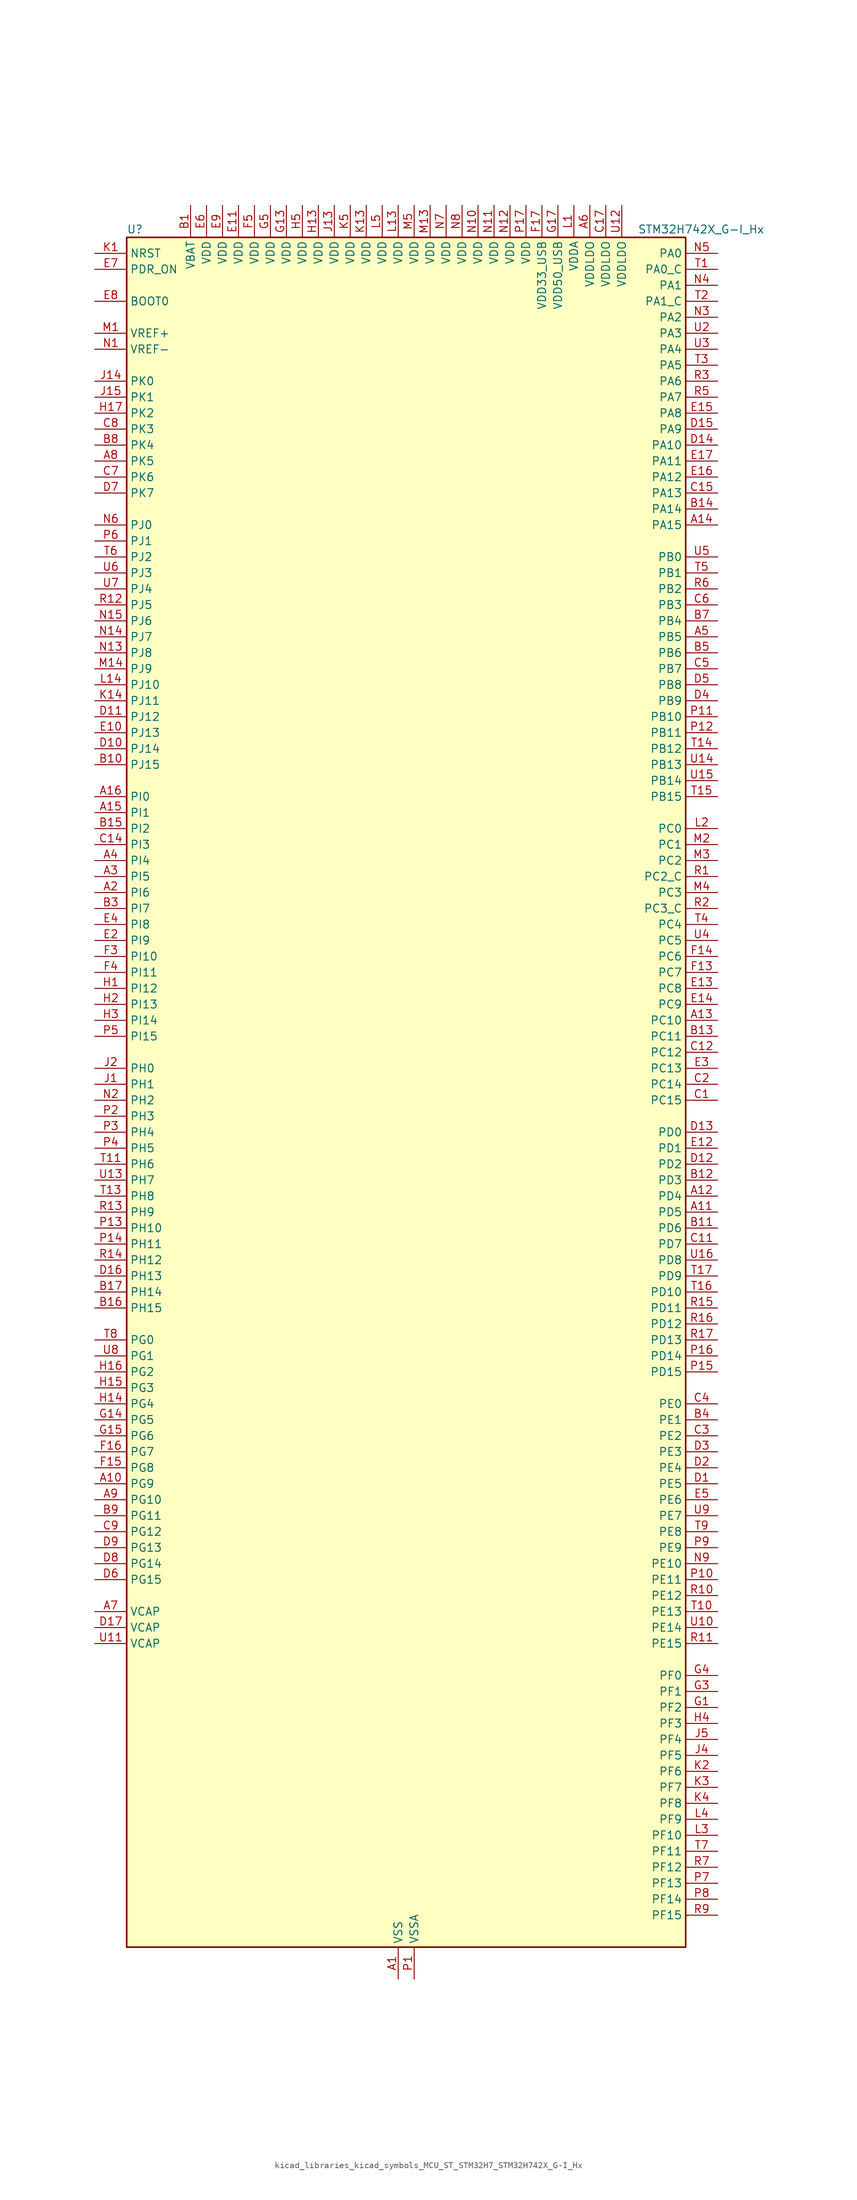
<source format=kicad_sym>
(kicad_symbol_lib
  (version 20220914)
  (generator kicad_symbol_editor)
  (symbol "kicad_libraries_kicad_symbols_MCU_ST_STM32H7_STM32H742X_G-I_Hx"
    (property "Reference" "U"
      (at -43.18 138.43 0)
      (effects (font (size 1.27 1.27)) (justify left)))
    (property "Value" "STM32H742X_G-I_Hx"
      (at 38.1 138.43 0)
      (effects (font (size 1.27 1.27)) (justify left)))
    (property "ki_locked" ""
      (at 0 0 0)
      (effects (font (size 1.27 1.27))))
    (symbol "kicad_libraries_kicad_symbols_MCU_ST_STM32H7_STM32H742X_G-I_Hx_0_1"
      (rectangle (start -43.18 -134.62) (end 45.72 137.16) (stroke (width 0.254) (type default)) (fill (type background))))
    (symbol "kicad_libraries_kicad_symbols_MCU_ST_STM32H7_STM32H742X_G-I_Hx_1_1"
      (pin power_in line (at 0 -139.7 90) (length 5.08) (name "VSS" (effects (font (size 1.27 1.27)))) (number "A1" (effects (font (size 1.27 1.27)))))
      (pin bidirectional line (at -48.26 -60.96 0) (length 5.08) (name "PG9" (effects (font (size 1.27 1.27)))) (number "A10" (effects (font (size 1.27 1.27)))) (alternate "DAC1_EXTI9" bidirectional line) (alternate "DCMI_VSYNC" bidirectional line) (alternate "FMC_NCE" bidirectional line) (alternate "FMC_NE2" bidirectional line) (alternate "I2S1_SDI" bidirectional line) (alternate "QUADSPI_BK2_IO2" bidirectional line) (alternate "SAI2_FS_B" bidirectional line) (alternate "SPDIFRX1_IN3" bidirectional line) (alternate "SPI1_MISO" bidirectional line) (alternate "USART6_RX" bidirectional line))
      (pin bidirectional line (at 50.8 -17.78 180) (length 5.08) (name "PD5" (effects (font (size 1.27 1.27)))) (number "A11" (effects (font (size 1.27 1.27)))) (alternate "FMC_NWE" bidirectional line) (alternate "HRTIM_EEV3" bidirectional line) (alternate "USART2_TX" bidirectional line))
      (pin bidirectional line (at 50.8 -15.24 180) (length 5.08) (name "PD4" (effects (font (size 1.27 1.27)))) (number "A12" (effects (font (size 1.27 1.27)))) (alternate "FMC_NOE" bidirectional line) (alternate "HRTIM_FLT3" bidirectional line) (alternate "SAI3_FS_A" bidirectional line) (alternate "USART2_DE" bidirectional line) (alternate "USART2_RTS" bidirectional line))
      (pin bidirectional line (at 50.8 12.7 180) (length 5.08) (name "PC10" (effects (font (size 1.27 1.27)))) (number "A13" (effects (font (size 1.27 1.27)))) (alternate "DCMI_D8" bidirectional line) (alternate "DFSDM1_CKIN5" bidirectional line) (alternate "HRTIM_EEV1" bidirectional line) (alternate "I2S3_CK" bidirectional line) (alternate "QUADSPI_BK1_IO1" bidirectional line) (alternate "SDMMC1_D2" bidirectional line) (alternate "SPI3_SCK" bidirectional line) (alternate "UART4_TX" bidirectional line) (alternate "USART3_TX" bidirectional line))
      (pin bidirectional line (at 50.8 91.44 180) (length 5.08) (name "PA15" (effects (font (size 1.27 1.27)))) (number "A14" (effects (font (size 1.27 1.27)))) (alternate "ADC1_EXTI15" bidirectional line) (alternate "ADC2_EXTI15" bidirectional line) (alternate "ADC3_EXTI15" bidirectional line) (alternate "CEC" bidirectional line) (alternate "DEBUG_JTDI" bidirectional line) (alternate "HRTIM_FLT1" bidirectional line) (alternate "I2S1_WS" bidirectional line) (alternate "I2S3_WS" bidirectional line) (alternate "SPI1_NSS" bidirectional line) (alternate "SPI3_NSS" bidirectional line) (alternate "SPI6_NSS" bidirectional line) (alternate "TIM2_CH1" bidirectional line) (alternate "TIM2_ETR" bidirectional line) (alternate "UART4_DE" bidirectional line) (alternate "UART4_RTS" bidirectional line) (alternate "UART7_TX" bidirectional line))
      (pin bidirectional line (at -48.26 45.72 0) (length 5.08) (name "PI1" (effects (font (size 1.27 1.27)))) (number "A15" (effects (font (size 1.27 1.27)))) (alternate "DCMI_D8" bidirectional line) (alternate "FMC_D25" bidirectional line) (alternate "I2S2_CK" bidirectional line) (alternate "SPI2_SCK" bidirectional line) (alternate "TIM8_BKIN2" bidirectional line) (alternate "TIM8_BKIN2_COMP1" bidirectional line) (alternate "TIM8_BKIN2_COMP2" bidirectional line))
      (pin bidirectional line (at -48.26 48.26 0) (length 5.08) (name "PI0" (effects (font (size 1.27 1.27)))) (number "A16" (effects (font (size 1.27 1.27)))) (alternate "DCMI_D13" bidirectional line) (alternate "FMC_D24" bidirectional line) (alternate "I2S2_WS" bidirectional line) (alternate "SPI2_NSS" bidirectional line) (alternate "TIM5_CH4" bidirectional line))
      (pin passive line (at 0 -139.7 90) (length 5.08) hide (name "VSS" (effects (font (size 1.27 1.27)))) (number "A17" (effects (font (size 1.27 1.27)))))
      (pin bidirectional line (at -48.26 33.02 0) (length 5.08) (name "PI6" (effects (font (size 1.27 1.27)))) (number "A2" (effects (font (size 1.27 1.27)))) (alternate "DCMI_D6" bidirectional line) (alternate "FMC_D28" bidirectional line) (alternate "SAI2_SD_A" bidirectional line) (alternate "TIM8_CH2" bidirectional line))
      (pin bidirectional line (at -48.26 35.56 0) (length 5.08) (name "PI5" (effects (font (size 1.27 1.27)))) (number "A3" (effects (font (size 1.27 1.27)))) (alternate "DCMI_VSYNC" bidirectional line) (alternate "FMC_NBL3" bidirectional line) (alternate "SAI2_SCK_A" bidirectional line) (alternate "TIM8_CH1" bidirectional line))
      (pin bidirectional line (at -48.26 38.1 0) (length 5.08) (name "PI4" (effects (font (size 1.27 1.27)))) (number "A4" (effects (font (size 1.27 1.27)))) (alternate "DCMI_D5" bidirectional line) (alternate "FMC_NBL2" bidirectional line) (alternate "SAI2_MCLK_A" bidirectional line) (alternate "TIM8_BKIN" bidirectional line) (alternate "TIM8_BKIN_COMP1" bidirectional line) (alternate "TIM8_BKIN_COMP2" bidirectional line))
      (pin bidirectional line (at 50.8 73.66 180) (length 5.08) (name "PB5" (effects (font (size 1.27 1.27)))) (number "A5" (effects (font (size 1.27 1.27)))) (alternate "DCMI_D10" bidirectional line) (alternate "ETH_PPS_OUT" bidirectional line) (alternate "FDCAN2_RX" bidirectional line) (alternate "FMC_SDCKE1" bidirectional line) (alternate "HRTIM_EEV7" bidirectional line) (alternate "I2C1_SMBA" bidirectional line) (alternate "I2C4_SMBA" bidirectional line) (alternate "I2S1_SDO" bidirectional line) (alternate "I2S3_SDO" bidirectional line) (alternate "SPI1_MOSI" bidirectional line) (alternate "SPI3_MOSI" bidirectional line) (alternate "SPI6_MOSI" bidirectional line) (alternate "TIM17_BKIN" bidirectional line) (alternate "TIM3_CH2" bidirectional line) (alternate "UART5_RX" bidirectional line) (alternate "USB_OTG_HS_ULPI_D7" bidirectional line))
      (pin power_in line (at 30.48 142.24 270) (length 5.08) (name "VDDLDO" (effects (font (size 1.27 1.27)))) (number "A6" (effects (font (size 1.27 1.27)))))
      (pin power_out line (at -48.26 -81.28 0) (length 5.08) (name "VCAP" (effects (font (size 1.27 1.27)))) (number "A7" (effects (font (size 1.27 1.27)))))
      (pin bidirectional line (at -48.26 101.6 0) (length 5.08) (name "PK5" (effects (font (size 1.27 1.27)))) (number "A8" (effects (font (size 1.27 1.27)))))
      (pin bidirectional line (at -48.26 -63.5 0) (length 5.08) (name "PG10" (effects (font (size 1.27 1.27)))) (number "A9" (effects (font (size 1.27 1.27)))) (alternate "DCMI_D2" bidirectional line) (alternate "FMC_NE3" bidirectional line) (alternate "HRTIM_FLT5" bidirectional line) (alternate "I2S1_WS" bidirectional line) (alternate "SAI2_SD_B" bidirectional line) (alternate "SPI1_NSS" bidirectional line))
      (pin power_in line (at -33.02 142.24 270) (length 5.08) (name "VBAT" (effects (font (size 1.27 1.27)))) (number "B1" (effects (font (size 1.27 1.27)))))
      (pin bidirectional line (at -48.26 53.34 0) (length 5.08) (name "PJ15" (effects (font (size 1.27 1.27)))) (number "B10" (effects (font (size 1.27 1.27)))) (alternate "ADC1_EXTI15" bidirectional line) (alternate "ADC2_EXTI15" bidirectional line) (alternate "ADC3_EXTI15" bidirectional line))
      (pin bidirectional line (at 50.8 -20.32 180) (length 5.08) (name "PD6" (effects (font (size 1.27 1.27)))) (number "B11" (effects (font (size 1.27 1.27)))) (alternate "DCMI_D10" bidirectional line) (alternate "DFSDM1_CKIN4" bidirectional line) (alternate "DFSDM1_DATIN1" bidirectional line) (alternate "FMC_NWAIT" bidirectional line) (alternate "I2S3_SDO" bidirectional line) (alternate "SAI1_D1" bidirectional line) (alternate "SAI1_SD_A" bidirectional line) (alternate "SAI4_D1" bidirectional line) (alternate "SAI4_SD_A" bidirectional line) (alternate "SDMMC2_CK" bidirectional line) (alternate "SPI3_MOSI" bidirectional line) (alternate "USART2_RX" bidirectional line))
      (pin bidirectional line (at 50.8 -12.7 180) (length 5.08) (name "PD3" (effects (font (size 1.27 1.27)))) (number "B12" (effects (font (size 1.27 1.27)))) (alternate "DCMI_D5" bidirectional line) (alternate "DFSDM1_CKOUT" bidirectional line) (alternate "FMC_CLK" bidirectional line) (alternate "I2S2_CK" bidirectional line) (alternate "SPI2_SCK" bidirectional line) (alternate "USART2_CTS" bidirectional line) (alternate "USART2_NSS" bidirectional line))
      (pin bidirectional line (at 50.8 10.16 180) (length 5.08) (name "PC11" (effects (font (size 1.27 1.27)))) (number "B13" (effects (font (size 1.27 1.27)))) (alternate "ADC1_EXTI11" bidirectional line) (alternate "ADC2_EXTI11" bidirectional line) (alternate "ADC3_EXTI11" bidirectional line) (alternate "DCMI_D4" bidirectional line) (alternate "DFSDM1_DATIN5" bidirectional line) (alternate "HRTIM_FLT2" bidirectional line) (alternate "I2S3_SDI" bidirectional line) (alternate "QUADSPI_BK2_NCS" bidirectional line) (alternate "SDMMC1_D3" bidirectional line) (alternate "SPI3_MISO" bidirectional line) (alternate "UART4_RX" bidirectional line) (alternate "USART3_RX" bidirectional line))
      (pin bidirectional line (at 50.8 93.98 180) (length 5.08) (name "PA14" (effects (font (size 1.27 1.27)))) (number "B14" (effects (font (size 1.27 1.27)))) (alternate "DEBUG_JTCK-SWCLK" bidirectional line))
      (pin bidirectional line (at -48.26 43.18 0) (length 5.08) (name "PI2" (effects (font (size 1.27 1.27)))) (number "B15" (effects (font (size 1.27 1.27)))) (alternate "DCMI_D9" bidirectional line) (alternate "FMC_D26" bidirectional line) (alternate "I2S2_SDI" bidirectional line) (alternate "SPI2_MISO" bidirectional line) (alternate "TIM8_CH4" bidirectional line))
      (pin bidirectional line (at -48.26 -33.02 0) (length 5.08) (name "PH15" (effects (font (size 1.27 1.27)))) (number "B16" (effects (font (size 1.27 1.27)))) (alternate "ADC1_EXTI15" bidirectional line) (alternate "ADC2_EXTI15" bidirectional line) (alternate "ADC3_EXTI15" bidirectional line) (alternate "DCMI_D11" bidirectional line) (alternate "FMC_D23" bidirectional line) (alternate "TIM8_CH3N" bidirectional line))
      (pin bidirectional line (at -48.26 -30.48 0) (length 5.08) (name "PH14" (effects (font (size 1.27 1.27)))) (number "B17" (effects (font (size 1.27 1.27)))) (alternate "DCMI_D4" bidirectional line) (alternate "FDCAN1_RX" bidirectional line) (alternate "FMC_D22" bidirectional line) (alternate "TIM8_CH2N" bidirectional line) (alternate "UART4_RX" bidirectional line))
      (pin passive line (at 0 -139.7 90) (length 5.08) hide (name "VSS" (effects (font (size 1.27 1.27)))) (number "B2" (effects (font (size 1.27 1.27)))))
      (pin bidirectional line (at -48.26 30.48 0) (length 5.08) (name "PI7" (effects (font (size 1.27 1.27)))) (number "B3" (effects (font (size 1.27 1.27)))) (alternate "DCMI_D7" bidirectional line) (alternate "FMC_D29" bidirectional line) (alternate "SAI2_FS_A" bidirectional line) (alternate "TIM8_CH3" bidirectional line))
      (pin bidirectional line (at 50.8 -50.8 180) (length 5.08) (name "PE1" (effects (font (size 1.27 1.27)))) (number "B4" (effects (font (size 1.27 1.27)))) (alternate "DCMI_D3" bidirectional line) (alternate "FMC_NBL1" bidirectional line) (alternate "HRTIM_SCOUT" bidirectional line) (alternate "LPTIM1_IN2" bidirectional line) (alternate "UART8_TX" bidirectional line))
      (pin bidirectional line (at 50.8 71.12 180) (length 5.08) (name "PB6" (effects (font (size 1.27 1.27)))) (number "B5" (effects (font (size 1.27 1.27)))) (alternate "CEC" bidirectional line) (alternate "DCMI_D5" bidirectional line) (alternate "DFSDM1_DATIN5" bidirectional line) (alternate "FDCAN2_TX" bidirectional line) (alternate "FMC_SDNE1" bidirectional line) (alternate "HRTIM_EEV8" bidirectional line) (alternate "I2C1_SCL" bidirectional line) (alternate "I2C4_SCL" bidirectional line) (alternate "LPUART1_TX" bidirectional line) (alternate "QUADSPI_BK1_NCS" bidirectional line) (alternate "TIM16_CH1N" bidirectional line) (alternate "TIM4_CH1" bidirectional line) (alternate "UART5_TX" bidirectional line) (alternate "USART1_TX" bidirectional line))
      (pin passive line (at 0 -139.7 90) (length 5.08) hide (name "VSS" (effects (font (size 1.27 1.27)))) (number "B6" (effects (font (size 1.27 1.27)))))
      (pin bidirectional line (at 50.8 76.2 180) (length 5.08) (name "PB4" (effects (font (size 1.27 1.27)))) (number "B7" (effects (font (size 1.27 1.27)))) (alternate "DEBUG_JTRST" bidirectional line) (alternate "HRTIM_EEV6" bidirectional line) (alternate "I2S1_SDI" bidirectional line) (alternate "I2S2_WS" bidirectional line) (alternate "I2S3_SDI" bidirectional line) (alternate "SDMMC2_D3" bidirectional line) (alternate "SPI1_MISO" bidirectional line) (alternate "SPI2_NSS" bidirectional line) (alternate "SPI3_MISO" bidirectional line) (alternate "SPI6_MISO" bidirectional line) (alternate "TIM16_BKIN" bidirectional line) (alternate "TIM3_CH1" bidirectional line) (alternate "UART7_TX" bidirectional line))
      (pin bidirectional line (at -48.26 104.14 0) (length 5.08) (name "PK4" (effects (font (size 1.27 1.27)))) (number "B8" (effects (font (size 1.27 1.27)))))
      (pin bidirectional line (at -48.26 -66.04 0) (length 5.08) (name "PG11" (effects (font (size 1.27 1.27)))) (number "B9" (effects (font (size 1.27 1.27)))) (alternate "ADC1_EXTI11" bidirectional line) (alternate "ADC2_EXTI11" bidirectional line) (alternate "ADC3_EXTI11" bidirectional line) (alternate "DCMI_D3" bidirectional line) (alternate "ETH_TX_EN" bidirectional line) (alternate "HRTIM_EEV4" bidirectional line) (alternate "I2S1_CK" bidirectional line) (alternate "LPTIM1_IN2" bidirectional line) (alternate "SDMMC2_D2" bidirectional line) (alternate "SPDIFRX1_IN0" bidirectional line) (alternate "SPI1_SCK" bidirectional line))
      (pin bidirectional line (at 50.8 0 180) (length 5.08) (name "PC15" (effects (font (size 1.27 1.27)))) (number "C1" (effects (font (size 1.27 1.27)))) (alternate "ADC1_EXTI15" bidirectional line) (alternate "ADC2_EXTI15" bidirectional line) (alternate "ADC3_EXTI15" bidirectional line) (alternate "RCC_OSC32_OUT" bidirectional line))
      (pin passive line (at 0 -139.7 90) (length 5.08) hide (name "VSS" (effects (font (size 1.27 1.27)))) (number "C10" (effects (font (size 1.27 1.27)))))
      (pin bidirectional line (at 50.8 -22.86 180) (length 5.08) (name "PD7" (effects (font (size 1.27 1.27)))) (number "C11" (effects (font (size 1.27 1.27)))) (alternate "DFSDM1_CKIN1" bidirectional line) (alternate "DFSDM1_DATIN4" bidirectional line) (alternate "FMC_NE1" bidirectional line) (alternate "I2S1_SDO" bidirectional line) (alternate "SDMMC2_CMD" bidirectional line) (alternate "SPDIFRX1_IN0" bidirectional line) (alternate "SPI1_MOSI" bidirectional line) (alternate "USART2_CK" bidirectional line))
      (pin bidirectional line (at 50.8 7.62 180) (length 5.08) (name "PC12" (effects (font (size 1.27 1.27)))) (number "C12" (effects (font (size 1.27 1.27)))) (alternate "DCMI_D9" bidirectional line) (alternate "DEBUG_TRACED3" bidirectional line) (alternate "HRTIM_EEV2" bidirectional line) (alternate "I2S3_SDO" bidirectional line) (alternate "SDMMC1_CK" bidirectional line) (alternate "SPI3_MOSI" bidirectional line) (alternate "UART5_TX" bidirectional line) (alternate "USART3_CK" bidirectional line))
      (pin passive line (at 0 -139.7 90) (length 5.08) hide (name "VSS" (effects (font (size 1.27 1.27)))) (number "C13" (effects (font (size 1.27 1.27)))))
      (pin bidirectional line (at -48.26 40.64 0) (length 5.08) (name "PI3" (effects (font (size 1.27 1.27)))) (number "C14" (effects (font (size 1.27 1.27)))) (alternate "DCMI_D10" bidirectional line) (alternate "FMC_D27" bidirectional line) (alternate "I2S2_SDO" bidirectional line) (alternate "SPI2_MOSI" bidirectional line) (alternate "TIM8_ETR" bidirectional line))
      (pin bidirectional line (at 50.8 96.52 180) (length 5.08) (name "PA13" (effects (font (size 1.27 1.27)))) (number "C15" (effects (font (size 1.27 1.27)))) (alternate "DEBUG_JTMS-SWDIO" bidirectional line))
      (pin passive line (at 0 -139.7 90) (length 5.08) hide (name "VSS" (effects (font (size 1.27 1.27)))) (number "C16" (effects (font (size 1.27 1.27)))))
      (pin power_in line (at 33.02 142.24 270) (length 5.08) (name "VDDLDO" (effects (font (size 1.27 1.27)))) (number "C17" (effects (font (size 1.27 1.27)))))
      (pin bidirectional line (at 50.8 2.54 180) (length 5.08) (name "PC14" (effects (font (size 1.27 1.27)))) (number "C2" (effects (font (size 1.27 1.27)))) (alternate "RCC_OSC32_IN" bidirectional line))
      (pin bidirectional line (at 50.8 -53.34 180) (length 5.08) (name "PE2" (effects (font (size 1.27 1.27)))) (number "C3" (effects (font (size 1.27 1.27)))) (alternate "DEBUG_TRACECLK" bidirectional line) (alternate "ETH_TXD3" bidirectional line) (alternate "FMC_A23" bidirectional line) (alternate "QUADSPI_BK1_IO2" bidirectional line) (alternate "SAI1_CK1" bidirectional line) (alternate "SAI1_MCLK_A" bidirectional line) (alternate "SAI4_CK1" bidirectional line) (alternate "SAI4_MCLK_A" bidirectional line) (alternate "SPI4_SCK" bidirectional line))
      (pin bidirectional line (at 50.8 -48.26 180) (length 5.08) (name "PE0" (effects (font (size 1.27 1.27)))) (number "C4" (effects (font (size 1.27 1.27)))) (alternate "DCMI_D2" bidirectional line) (alternate "FMC_NBL0" bidirectional line) (alternate "HRTIM_SCIN" bidirectional line) (alternate "LPTIM1_ETR" bidirectional line) (alternate "LPTIM2_ETR" bidirectional line) (alternate "SAI2_MCLK_A" bidirectional line) (alternate "TIM4_ETR" bidirectional line) (alternate "UART8_RX" bidirectional line))
      (pin bidirectional line (at 50.8 68.58 180) (length 5.08) (name "PB7" (effects (font (size 1.27 1.27)))) (number "C5" (effects (font (size 1.27 1.27)))) (alternate "DCMI_VSYNC" bidirectional line) (alternate "DFSDM1_CKIN5" bidirectional line) (alternate "FMC_NL" bidirectional line) (alternate "HRTIM_EEV9" bidirectional line) (alternate "I2C1_SDA" bidirectional line) (alternate "I2C4_SDA" bidirectional line) (alternate "LPUART1_RX" bidirectional line) (alternate "PWR_PVD_IN" bidirectional line) (alternate "TIM17_CH1N" bidirectional line) (alternate "TIM4_CH2" bidirectional line) (alternate "USART1_RX" bidirectional line))
      (pin bidirectional line (at 50.8 78.74 180) (length 5.08) (name "PB3" (effects (font (size 1.27 1.27)))) (number "C6" (effects (font (size 1.27 1.27)))) (alternate "CRS_SYNC" bidirectional line) (alternate "DEBUG_JTDO-SWO" bidirectional line) (alternate "HRTIM_FLT4" bidirectional line) (alternate "I2S1_CK" bidirectional line) (alternate "I2S3_CK" bidirectional line) (alternate "SDMMC2_D2" bidirectional line) (alternate "SPI1_SCK" bidirectional line) (alternate "SPI3_SCK" bidirectional line) (alternate "SPI6_SCK" bidirectional line) (alternate "TIM2_CH2" bidirectional line) (alternate "UART7_RX" bidirectional line))
      (pin bidirectional line (at -48.26 99.06 0) (length 5.08) (name "PK6" (effects (font (size 1.27 1.27)))) (number "C7" (effects (font (size 1.27 1.27)))))
      (pin bidirectional line (at -48.26 106.68 0) (length 5.08) (name "PK3" (effects (font (size 1.27 1.27)))) (number "C8" (effects (font (size 1.27 1.27)))))
      (pin bidirectional line (at -48.26 -68.58 0) (length 5.08) (name "PG12" (effects (font (size 1.27 1.27)))) (number "C9" (effects (font (size 1.27 1.27)))) (alternate "ETH_TXD1" bidirectional line) (alternate "FMC_NE4" bidirectional line) (alternate "HRTIM_EEV5" bidirectional line) (alternate "LPTIM1_IN1" bidirectional line) (alternate "SPDIFRX1_IN1" bidirectional line) (alternate "SPI6_MISO" bidirectional line) (alternate "USART6_DE" bidirectional line) (alternate "USART6_RTS" bidirectional line))
      (pin bidirectional line (at 50.8 -60.96 180) (length 5.08) (name "PE5" (effects (font (size 1.27 1.27)))) (number "D1" (effects (font (size 1.27 1.27)))) (alternate "DCMI_D6" bidirectional line) (alternate "DEBUG_TRACED2" bidirectional line) (alternate "DFSDM1_CKIN3" bidirectional line) (alternate "FMC_A21" bidirectional line) (alternate "SAI1_CK2" bidirectional line) (alternate "SAI1_SCK_A" bidirectional line) (alternate "SAI4_CK2" bidirectional line) (alternate "SAI4_SCK_A" bidirectional line) (alternate "SPI4_MISO" bidirectional line) (alternate "TIM15_CH1" bidirectional line))
      (pin bidirectional line (at -48.26 55.88 0) (length 5.08) (name "PJ14" (effects (font (size 1.27 1.27)))) (number "D10" (effects (font (size 1.27 1.27)))))
      (pin bidirectional line (at -48.26 60.96 0) (length 5.08) (name "PJ12" (effects (font (size 1.27 1.27)))) (number "D11" (effects (font (size 1.27 1.27)))) (alternate "DEBUG_TRGOUT" bidirectional line))
      (pin bidirectional line (at 50.8 -10.16 180) (length 5.08) (name "PD2" (effects (font (size 1.27 1.27)))) (number "D12" (effects (font (size 1.27 1.27)))) (alternate "DCMI_D11" bidirectional line) (alternate "DEBUG_TRACED2" bidirectional line) (alternate "SDMMC1_CMD" bidirectional line) (alternate "TIM3_ETR" bidirectional line) (alternate "UART5_RX" bidirectional line))
      (pin bidirectional line (at 50.8 -5.08 180) (length 5.08) (name "PD0" (effects (font (size 1.27 1.27)))) (number "D13" (effects (font (size 1.27 1.27)))) (alternate "DFSDM1_CKIN6" bidirectional line) (alternate "FDCAN1_RX" bidirectional line) (alternate "FMC_D2" bidirectional line) (alternate "FMC_DA2" bidirectional line) (alternate "SAI3_SCK_A" bidirectional line) (alternate "UART4_RX" bidirectional line))
      (pin bidirectional line (at 50.8 104.14 180) (length 5.08) (name "PA10" (effects (font (size 1.27 1.27)))) (number "D14" (effects (font (size 1.27 1.27)))) (alternate "DCMI_D1" bidirectional line) (alternate "HRTIM_CHC2" bidirectional line) (alternate "LPUART1_RX" bidirectional line) (alternate "MDIOS_MDIO" bidirectional line) (alternate "TIM1_CH3" bidirectional line) (alternate "USART1_RX" bidirectional line) (alternate "USB_OTG_FS_ID" bidirectional line))
      (pin bidirectional line (at 50.8 106.68 180) (length 5.08) (name "PA9" (effects (font (size 1.27 1.27)))) (number "D15" (effects (font (size 1.27 1.27)))) (alternate "DAC1_EXTI9" bidirectional line) (alternate "DCMI_D0" bidirectional line) (alternate "HRTIM_CHC1" bidirectional line) (alternate "I2C3_SMBA" bidirectional line) (alternate "I2S2_CK" bidirectional line) (alternate "LPUART1_TX" bidirectional line) (alternate "SPI2_SCK" bidirectional line) (alternate "TIM1_CH2" bidirectional line) (alternate "USART1_TX" bidirectional line) (alternate "USB_OTG_FS_VBUS" bidirectional line))
      (pin bidirectional line (at -48.26 -27.94 0) (length 5.08) (name "PH13" (effects (font (size 1.27 1.27)))) (number "D16" (effects (font (size 1.27 1.27)))) (alternate "FDCAN1_TX" bidirectional line) (alternate "FMC_D21" bidirectional line) (alternate "TIM8_CH1N" bidirectional line) (alternate "UART4_TX" bidirectional line))
      (pin power_out line (at -48.26 -83.82 0) (length 5.08) (name "VCAP" (effects (font (size 1.27 1.27)))) (number "D17" (effects (font (size 1.27 1.27)))))
      (pin bidirectional line (at 50.8 -58.42 180) (length 5.08) (name "PE4" (effects (font (size 1.27 1.27)))) (number "D2" (effects (font (size 1.27 1.27)))) (alternate "DCMI_D4" bidirectional line) (alternate "DEBUG_TRACED1" bidirectional line) (alternate "DFSDM1_DATIN3" bidirectional line) (alternate "FMC_A20" bidirectional line) (alternate "SAI1_D2" bidirectional line) (alternate "SAI1_FS_A" bidirectional line) (alternate "SAI4_D2" bidirectional line) (alternate "SAI4_FS_A" bidirectional line) (alternate "SPI4_NSS" bidirectional line) (alternate "TIM15_CH1N" bidirectional line))
      (pin bidirectional line (at 50.8 -55.88 180) (length 5.08) (name "PE3" (effects (font (size 1.27 1.27)))) (number "D3" (effects (font (size 1.27 1.27)))) (alternate "DEBUG_TRACED0" bidirectional line) (alternate "FMC_A19" bidirectional line) (alternate "SAI1_SD_B" bidirectional line) (alternate "SAI4_SD_B" bidirectional line) (alternate "TIM15_BKIN" bidirectional line))
      (pin bidirectional line (at 50.8 63.5 180) (length 5.08) (name "PB9" (effects (font (size 1.27 1.27)))) (number "D4" (effects (font (size 1.27 1.27)))) (alternate "DAC1_EXTI9" bidirectional line) (alternate "DCMI_D7" bidirectional line) (alternate "DFSDM1_DATIN7" bidirectional line) (alternate "FDCAN1_TX" bidirectional line) (alternate "I2C1_SDA" bidirectional line) (alternate "I2C4_SDA" bidirectional line) (alternate "I2C4_SMBA" bidirectional line) (alternate "I2S2_WS" bidirectional line) (alternate "SDMMC1_CDIR" bidirectional line) (alternate "SDMMC1_D5" bidirectional line) (alternate "SDMMC2_D5" bidirectional line) (alternate "SPI2_NSS" bidirectional line) (alternate "TIM17_CH1" bidirectional line) (alternate "TIM4_CH4" bidirectional line) (alternate "UART4_TX" bidirectional line))
      (pin bidirectional line (at 50.8 66.04 180) (length 5.08) (name "PB8" (effects (font (size 1.27 1.27)))) (number "D5" (effects (font (size 1.27 1.27)))) (alternate "DCMI_D6" bidirectional line) (alternate "DFSDM1_CKIN7" bidirectional line) (alternate "ETH_TXD3" bidirectional line) (alternate "FDCAN1_RX" bidirectional line) (alternate "I2C1_SCL" bidirectional line) (alternate "I2C4_SCL" bidirectional line) (alternate "SDMMC1_CKIN" bidirectional line) (alternate "SDMMC1_D4" bidirectional line) (alternate "SDMMC2_D4" bidirectional line) (alternate "TIM16_CH1" bidirectional line) (alternate "TIM4_CH3" bidirectional line) (alternate "UART4_RX" bidirectional line))
      (pin bidirectional line (at -48.26 -76.2 0) (length 5.08) (name "PG15" (effects (font (size 1.27 1.27)))) (number "D6" (effects (font (size 1.27 1.27)))) (alternate "ADC1_EXTI15" bidirectional line) (alternate "ADC2_EXTI15" bidirectional line) (alternate "ADC3_EXTI15" bidirectional line) (alternate "DCMI_D13" bidirectional line) (alternate "FMC_SDNCAS" bidirectional line) (alternate "USART6_CTS" bidirectional line) (alternate "USART6_NSS" bidirectional line))
      (pin bidirectional line (at -48.26 96.52 0) (length 5.08) (name "PK7" (effects (font (size 1.27 1.27)))) (number "D7" (effects (font (size 1.27 1.27)))))
      (pin bidirectional line (at -48.26 -73.66 0) (length 5.08) (name "PG14" (effects (font (size 1.27 1.27)))) (number "D8" (effects (font (size 1.27 1.27)))) (alternate "DEBUG_TRACED1" bidirectional line) (alternate "ETH_TXD1" bidirectional line) (alternate "FMC_A25" bidirectional line) (alternate "LPTIM1_ETR" bidirectional line) (alternate "QUADSPI_BK2_IO3" bidirectional line) (alternate "SPI6_MOSI" bidirectional line) (alternate "USART6_TX" bidirectional line))
      (pin bidirectional line (at -48.26 -71.12 0) (length 5.08) (name "PG13" (effects (font (size 1.27 1.27)))) (number "D9" (effects (font (size 1.27 1.27)))) (alternate "DEBUG_TRACED0" bidirectional line) (alternate "ETH_TXD0" bidirectional line) (alternate "FMC_A24" bidirectional line) (alternate "HRTIM_EEV10" bidirectional line) (alternate "LPTIM1_OUT" bidirectional line) (alternate "SPI6_SCK" bidirectional line) (alternate "USART6_CTS" bidirectional line) (alternate "USART6_NSS" bidirectional line))
      (pin no_connect line (at -43.18 -134.62 0) (length 5.08) hide (name "NC" (effects (font (size 1.27 1.27)))) (number "E1" (effects (font (size 1.27 1.27)))))
      (pin bidirectional line (at -48.26 58.42 0) (length 5.08) (name "PJ13" (effects (font (size 1.27 1.27)))) (number "E10" (effects (font (size 1.27 1.27)))))
      (pin power_in line (at -25.4 142.24 270) (length 5.08) (name "VDD" (effects (font (size 1.27 1.27)))) (number "E11" (effects (font (size 1.27 1.27)))))
      (pin bidirectional line (at 50.8 -7.62 180) (length 5.08) (name "PD1" (effects (font (size 1.27 1.27)))) (number "E12" (effects (font (size 1.27 1.27)))) (alternate "DFSDM1_DATIN6" bidirectional line) (alternate "FDCAN1_TX" bidirectional line) (alternate "FMC_D3" bidirectional line) (alternate "FMC_DA3" bidirectional line) (alternate "SAI3_SD_A" bidirectional line) (alternate "UART4_TX" bidirectional line))
      (pin bidirectional line (at 50.8 17.78 180) (length 5.08) (name "PC8" (effects (font (size 1.27 1.27)))) (number "E13" (effects (font (size 1.27 1.27)))) (alternate "DCMI_D2" bidirectional line) (alternate "DEBUG_TRACED1" bidirectional line) (alternate "FMC_NCE" bidirectional line) (alternate "FMC_NE2" bidirectional line) (alternate "HRTIM_CHB1" bidirectional line) (alternate "SDMMC1_D0" bidirectional line) (alternate "SWPMI1_RX" bidirectional line) (alternate "TIM3_CH3" bidirectional line) (alternate "TIM8_CH3" bidirectional line) (alternate "UART5_DE" bidirectional line) (alternate "UART5_RTS" bidirectional line) (alternate "USART6_CK" bidirectional line))
      (pin bidirectional line (at 50.8 15.24 180) (length 5.08) (name "PC9" (effects (font (size 1.27 1.27)))) (number "E14" (effects (font (size 1.27 1.27)))) (alternate "DAC1_EXTI9" bidirectional line) (alternate "DCMI_D3" bidirectional line) (alternate "I2C3_SDA" bidirectional line) (alternate "I2S_CKIN" bidirectional line) (alternate "QUADSPI_BK1_IO0" bidirectional line) (alternate "RCC_MCO_2" bidirectional line) (alternate "SDMMC1_D1" bidirectional line) (alternate "SWPMI1_SUSPEND" bidirectional line) (alternate "TIM3_CH4" bidirectional line) (alternate "TIM8_CH4" bidirectional line) (alternate "UART5_CTS" bidirectional line))
      (pin bidirectional line (at 50.8 109.22 180) (length 5.08) (name "PA8" (effects (font (size 1.27 1.27)))) (number "E15" (effects (font (size 1.27 1.27)))) (alternate "HRTIM_CHB2" bidirectional line) (alternate "I2C3_SCL" bidirectional line) (alternate "RCC_MCO_1" bidirectional line) (alternate "TIM1_CH1" bidirectional line) (alternate "TIM8_BKIN2" bidirectional line) (alternate "TIM8_BKIN2_COMP1" bidirectional line) (alternate "TIM8_BKIN2_COMP2" bidirectional line) (alternate "UART7_RX" bidirectional line) (alternate "USART1_CK" bidirectional line) (alternate "USB_OTG_FS_SOF" bidirectional line))
      (pin bidirectional line (at 50.8 99.06 180) (length 5.08) (name "PA12" (effects (font (size 1.27 1.27)))) (number "E16" (effects (font (size 1.27 1.27)))) (alternate "FDCAN1_TX" bidirectional line) (alternate "HRTIM_CHD2" bidirectional line) (alternate "I2S2_CK" bidirectional line) (alternate "LPUART1_DE" bidirectional line) (alternate "LPUART1_RTS" bidirectional line) (alternate "SAI2_FS_B" bidirectional line) (alternate "SPI2_SCK" bidirectional line) (alternate "TIM1_ETR" bidirectional line) (alternate "UART4_TX" bidirectional line) (alternate "USART1_DE" bidirectional line) (alternate "USART1_RTS" bidirectional line) (alternate "USB_OTG_FS_DP" bidirectional line))
      (pin bidirectional line (at 50.8 101.6 180) (length 5.08) (name "PA11" (effects (font (size 1.27 1.27)))) (number "E17" (effects (font (size 1.27 1.27)))) (alternate "ADC1_EXTI11" bidirectional line) (alternate "ADC2_EXTI11" bidirectional line) (alternate "ADC3_EXTI11" bidirectional line) (alternate "FDCAN1_RX" bidirectional line) (alternate "HRTIM_CHD1" bidirectional line) (alternate "I2S2_WS" bidirectional line) (alternate "LPUART1_CTS" bidirectional line) (alternate "SPI2_NSS" bidirectional line) (alternate "TIM1_CH4" bidirectional line) (alternate "UART4_RX" bidirectional line) (alternate "USART1_CTS" bidirectional line) (alternate "USART1_NSS" bidirectional line) (alternate "USB_OTG_FS_DM" bidirectional line))
      (pin bidirectional line (at -48.26 25.4 0) (length 5.08) (name "PI9" (effects (font (size 1.27 1.27)))) (number "E2" (effects (font (size 1.27 1.27)))) (alternate "DAC1_EXTI9" bidirectional line) (alternate "FDCAN1_RX" bidirectional line) (alternate "FMC_D30" bidirectional line) (alternate "UART4_RX" bidirectional line))
      (pin bidirectional line (at 50.8 5.08 180) (length 5.08) (name "PC13" (effects (font (size 1.27 1.27)))) (number "E3" (effects (font (size 1.27 1.27)))) (alternate "PWR_WKUP2" bidirectional line) (alternate "RTC_OUT_ALARM" bidirectional line) (alternate "RTC_OUT_CALIB" bidirectional line) (alternate "RTC_TAMP1" bidirectional line) (alternate "RTC_TS" bidirectional line))
      (pin bidirectional line (at -48.26 27.94 0) (length 5.08) (name "PI8" (effects (font (size 1.27 1.27)))) (number "E4" (effects (font (size 1.27 1.27)))) (alternate "PWR_WKUP3" bidirectional line) (alternate "RTC_TAMP2" bidirectional line))
      (pin bidirectional line (at 50.8 -63.5 180) (length 5.08) (name "PE6" (effects (font (size 1.27 1.27)))) (number "E5" (effects (font (size 1.27 1.27)))) (alternate "DCMI_D7" bidirectional line) (alternate "DEBUG_TRACED3" bidirectional line) (alternate "FMC_A22" bidirectional line) (alternate "SAI1_D1" bidirectional line) (alternate "SAI1_SD_A" bidirectional line) (alternate "SAI2_MCLK_B" bidirectional line) (alternate "SAI4_D1" bidirectional line) (alternate "SAI4_SD_A" bidirectional line) (alternate "SPI4_MOSI" bidirectional line) (alternate "TIM15_CH2" bidirectional line) (alternate "TIM1_BKIN2" bidirectional line) (alternate "TIM1_BKIN2_COMP1" bidirectional line) (alternate "TIM1_BKIN2_COMP2" bidirectional line))
      (pin power_in line (at -30.48 142.24 270) (length 5.08) (name "VDD" (effects (font (size 1.27 1.27)))) (number "E6" (effects (font (size 1.27 1.27)))))
      (pin input line (at -48.26 132.08 0) (length 5.08) (name "PDR_ON" (effects (font (size 1.27 1.27)))) (number "E7" (effects (font (size 1.27 1.27)))))
      (pin input line (at -48.26 127 0) (length 5.08) (name "BOOT0" (effects (font (size 1.27 1.27)))) (number "E8" (effects (font (size 1.27 1.27)))))
      (pin power_in line (at -27.94 142.24 270) (length 5.08) (name "VDD" (effects (font (size 1.27 1.27)))) (number "E9" (effects (font (size 1.27 1.27)))))
      (pin passive line (at 0 -139.7 90) (length 5.08) hide (name "VSS" (effects (font (size 1.27 1.27)))) (number "F1" (effects (font (size 1.27 1.27)))))
      (pin bidirectional line (at 50.8 20.32 180) (length 5.08) (name "PC7" (effects (font (size 1.27 1.27)))) (number "F13" (effects (font (size 1.27 1.27)))) (alternate "DCMI_D1" bidirectional line) (alternate "DEBUG_TRGIO" bidirectional line) (alternate "DFSDM1_DATIN3" bidirectional line) (alternate "FMC_NE1" bidirectional line) (alternate "HRTIM_CHA2" bidirectional line) (alternate "I2S3_MCK" bidirectional line) (alternate "SDMMC1_D123DIR" bidirectional line) (alternate "SDMMC1_D7" bidirectional line) (alternate "SDMMC2_D7" bidirectional line) (alternate "SWPMI1_TX" bidirectional line) (alternate "TIM3_CH2" bidirectional line) (alternate "TIM8_CH2" bidirectional line) (alternate "USART6_RX" bidirectional line))
      (pin bidirectional line (at 50.8 22.86 180) (length 5.08) (name "PC6" (effects (font (size 1.27 1.27)))) (number "F14" (effects (font (size 1.27 1.27)))) (alternate "DCMI_D0" bidirectional line) (alternate "DFSDM1_CKIN3" bidirectional line) (alternate "FMC_NWAIT" bidirectional line) (alternate "HRTIM_CHA1" bidirectional line) (alternate "I2S2_MCK" bidirectional line) (alternate "SDMMC1_D0DIR" bidirectional line) (alternate "SDMMC1_D6" bidirectional line) (alternate "SDMMC2_D6" bidirectional line) (alternate "SWPMI1_IO" bidirectional line) (alternate "TIM3_CH1" bidirectional line) (alternate "TIM8_CH1" bidirectional line) (alternate "USART6_TX" bidirectional line))
      (pin bidirectional line (at -48.26 -58.42 0) (length 5.08) (name "PG8" (effects (font (size 1.27 1.27)))) (number "F15" (effects (font (size 1.27 1.27)))) (alternate "ETH_PPS_OUT" bidirectional line) (alternate "FMC_SDCLK" bidirectional line) (alternate "SPDIFRX1_IN2" bidirectional line) (alternate "SPI6_NSS" bidirectional line) (alternate "TIM8_ETR" bidirectional line) (alternate "USART6_DE" bidirectional line) (alternate "USART6_RTS" bidirectional line))
      (pin bidirectional line (at -48.26 -55.88 0) (length 5.08) (name "PG7" (effects (font (size 1.27 1.27)))) (number "F16" (effects (font (size 1.27 1.27)))) (alternate "DCMI_D13" bidirectional line) (alternate "FMC_INT" bidirectional line) (alternate "HRTIM_CHE2" bidirectional line) (alternate "SAI1_MCLK_A" bidirectional line) (alternate "USART6_CK" bidirectional line))
      (pin power_in line (at 22.86 142.24 270) (length 5.08) (name "VDD33_USB" (effects (font (size 1.27 1.27)))) (number "F17" (effects (font (size 1.27 1.27)))))
      (pin passive line (at 0 -139.7 90) (length 5.08) hide (name "VSS" (effects (font (size 1.27 1.27)))) (number "F2" (effects (font (size 1.27 1.27)))))
      (pin bidirectional line (at -48.26 22.86 0) (length 5.08) (name "PI10" (effects (font (size 1.27 1.27)))) (number "F3" (effects (font (size 1.27 1.27)))) (alternate "ETH_RX_ER" bidirectional line) (alternate "FMC_D31" bidirectional line))
      (pin bidirectional line (at -48.26 20.32 0) (length 5.08) (name "PI11" (effects (font (size 1.27 1.27)))) (number "F4" (effects (font (size 1.27 1.27)))) (alternate "ADC1_EXTI11" bidirectional line) (alternate "ADC2_EXTI11" bidirectional line) (alternate "ADC3_EXTI11" bidirectional line) (alternate "PWR_WKUP4" bidirectional line) (alternate "USB_OTG_HS_ULPI_DIR" bidirectional line))
      (pin power_in line (at -22.86 142.24 270) (length 5.08) (name "VDD" (effects (font (size 1.27 1.27)))) (number "F5" (effects (font (size 1.27 1.27)))))
      (pin bidirectional line (at 50.8 -96.52 180) (length 5.08) (name "PF2" (effects (font (size 1.27 1.27)))) (number "G1" (effects (font (size 1.27 1.27)))) (alternate "FMC_A2" bidirectional line) (alternate "I2C2_SMBA" bidirectional line))
      (pin passive line (at 0 -139.7 90) (length 5.08) hide (name "VSS" (effects (font (size 1.27 1.27)))) (number "G10" (effects (font (size 1.27 1.27)))))
      (pin passive line (at 0 -139.7 90) (length 5.08) hide (name "VSS" (effects (font (size 1.27 1.27)))) (number "G11" (effects (font (size 1.27 1.27)))))
      (pin power_in line (at -17.78 142.24 270) (length 5.08) (name "VDD" (effects (font (size 1.27 1.27)))) (number "G13" (effects (font (size 1.27 1.27)))))
      (pin bidirectional line (at -48.26 -50.8 0) (length 5.08) (name "PG5" (effects (font (size 1.27 1.27)))) (number "G14" (effects (font (size 1.27 1.27)))) (alternate "FMC_A15" bidirectional line) (alternate "FMC_BA1" bidirectional line) (alternate "TIM1_ETR" bidirectional line))
      (pin bidirectional line (at -48.26 -53.34 0) (length 5.08) (name "PG6" (effects (font (size 1.27 1.27)))) (number "G15" (effects (font (size 1.27 1.27)))) (alternate "DCMI_D12" bidirectional line) (alternate "FMC_NE3" bidirectional line) (alternate "HRTIM_CHE1" bidirectional line) (alternate "QUADSPI_BK1_NCS" bidirectional line) (alternate "TIM17_BKIN" bidirectional line))
      (pin passive line (at 0 -139.7 90) (length 5.08) hide (name "VSS" (effects (font (size 1.27 1.27)))) (number "G16" (effects (font (size 1.27 1.27)))))
      (pin power_in line (at 25.4 142.24 270) (length 5.08) (name "VDD50_USB" (effects (font (size 1.27 1.27)))) (number "G17" (effects (font (size 1.27 1.27)))))
      (pin passive line (at 0 -139.7 90) (length 5.08) hide (name "VSS" (effects (font (size 1.27 1.27)))) (number "G2" (effects (font (size 1.27 1.27)))))
      (pin bidirectional line (at 50.8 -93.98 180) (length 5.08) (name "PF1" (effects (font (size 1.27 1.27)))) (number "G3" (effects (font (size 1.27 1.27)))) (alternate "FMC_A1" bidirectional line) (alternate "I2C2_SCL" bidirectional line))
      (pin bidirectional line (at 50.8 -91.44 180) (length 5.08) (name "PF0" (effects (font (size 1.27 1.27)))) (number "G4" (effects (font (size 1.27 1.27)))) (alternate "FMC_A0" bidirectional line) (alternate "I2C2_SDA" bidirectional line))
      (pin power_in line (at -20.32 142.24 270) (length 5.08) (name "VDD" (effects (font (size 1.27 1.27)))) (number "G5" (effects (font (size 1.27 1.27)))))
      (pin passive line (at 0 -139.7 90) (length 5.08) hide (name "VSS" (effects (font (size 1.27 1.27)))) (number "G7" (effects (font (size 1.27 1.27)))))
      (pin passive line (at 0 -139.7 90) (length 5.08) hide (name "VSS" (effects (font (size 1.27 1.27)))) (number "G8" (effects (font (size 1.27 1.27)))))
      (pin passive line (at 0 -139.7 90) (length 5.08) hide (name "VSS" (effects (font (size 1.27 1.27)))) (number "G9" (effects (font (size 1.27 1.27)))))
      (pin bidirectional line (at -48.26 17.78 0) (length 5.08) (name "PI12" (effects (font (size 1.27 1.27)))) (number "H1" (effects (font (size 1.27 1.27)))))
      (pin passive line (at 0 -139.7 90) (length 5.08) hide (name "VSS" (effects (font (size 1.27 1.27)))) (number "H10" (effects (font (size 1.27 1.27)))))
      (pin passive line (at 0 -139.7 90) (length 5.08) hide (name "VSS" (effects (font (size 1.27 1.27)))) (number "H11" (effects (font (size 1.27 1.27)))))
      (pin power_in line (at -12.7 142.24 270) (length 5.08) (name "VDD" (effects (font (size 1.27 1.27)))) (number "H13" (effects (font (size 1.27 1.27)))))
      (pin bidirectional line (at -48.26 -48.26 0) (length 5.08) (name "PG4" (effects (font (size 1.27 1.27)))) (number "H14" (effects (font (size 1.27 1.27)))) (alternate "FMC_A14" bidirectional line) (alternate "FMC_BA0" bidirectional line) (alternate "TIM1_BKIN2" bidirectional line) (alternate "TIM1_BKIN2_COMP1" bidirectional line) (alternate "TIM1_BKIN2_COMP2" bidirectional line))
      (pin bidirectional line (at -48.26 -45.72 0) (length 5.08) (name "PG3" (effects (font (size 1.27 1.27)))) (number "H15" (effects (font (size 1.27 1.27)))) (alternate "FMC_A13" bidirectional line) (alternate "TIM8_BKIN2" bidirectional line) (alternate "TIM8_BKIN2_COMP1" bidirectional line) (alternate "TIM8_BKIN2_COMP2" bidirectional line))
      (pin bidirectional line (at -48.26 -43.18 0) (length 5.08) (name "PG2" (effects (font (size 1.27 1.27)))) (number "H16" (effects (font (size 1.27 1.27)))) (alternate "FMC_A12" bidirectional line) (alternate "TIM8_BKIN" bidirectional line) (alternate "TIM8_BKIN_COMP1" bidirectional line) (alternate "TIM8_BKIN_COMP2" bidirectional line))
      (pin bidirectional line (at -48.26 109.22 0) (length 5.08) (name "PK2" (effects (font (size 1.27 1.27)))) (number "H17" (effects (font (size 1.27 1.27)))) (alternate "TIM1_BKIN" bidirectional line) (alternate "TIM1_BKIN_COMP1" bidirectional line) (alternate "TIM1_BKIN_COMP2" bidirectional line) (alternate "TIM8_BKIN" bidirectional line) (alternate "TIM8_BKIN_COMP1" bidirectional line) (alternate "TIM8_BKIN_COMP2" bidirectional line))
      (pin bidirectional line (at -48.26 15.24 0) (length 5.08) (name "PI13" (effects (font (size 1.27 1.27)))) (number "H2" (effects (font (size 1.27 1.27)))))
      (pin bidirectional line (at -48.26 12.7 0) (length 5.08) (name "PI14" (effects (font (size 1.27 1.27)))) (number "H3" (effects (font (size 1.27 1.27)))))
      (pin bidirectional line (at 50.8 -99.06 180) (length 5.08) (name "PF3" (effects (font (size 1.27 1.27)))) (number "H4" (effects (font (size 1.27 1.27)))) (alternate "ADC3_INP5" bidirectional line) (alternate "FMC_A3" bidirectional line))
      (pin power_in line (at -15.24 142.24 270) (length 5.08) (name "VDD" (effects (font (size 1.27 1.27)))) (number "H5" (effects (font (size 1.27 1.27)))))
      (pin passive line (at 0 -139.7 90) (length 5.08) hide (name "VSS" (effects (font (size 1.27 1.27)))) (number "H7" (effects (font (size 1.27 1.27)))))
      (pin passive line (at 0 -139.7 90) (length 5.08) hide (name "VSS" (effects (font (size 1.27 1.27)))) (number "H8" (effects (font (size 1.27 1.27)))))
      (pin passive line (at 0 -139.7 90) (length 5.08) hide (name "VSS" (effects (font (size 1.27 1.27)))) (number "H9" (effects (font (size 1.27 1.27)))))
      (pin bidirectional line (at -48.26 2.54 0) (length 5.08) (name "PH1" (effects (font (size 1.27 1.27)))) (number "J1" (effects (font (size 1.27 1.27)))) (alternate "RCC_OSC_OUT" bidirectional line))
      (pin passive line (at 0 -139.7 90) (length 5.08) hide (name "VSS" (effects (font (size 1.27 1.27)))) (number "J10" (effects (font (size 1.27 1.27)))))
      (pin passive line (at 0 -139.7 90) (length 5.08) hide (name "VSS" (effects (font (size 1.27 1.27)))) (number "J11" (effects (font (size 1.27 1.27)))))
      (pin power_in line (at -10.16 142.24 270) (length 5.08) (name "VDD" (effects (font (size 1.27 1.27)))) (number "J13" (effects (font (size 1.27 1.27)))))
      (pin bidirectional line (at -48.26 114.3 0) (length 5.08) (name "PK0" (effects (font (size 1.27 1.27)))) (number "J14" (effects (font (size 1.27 1.27)))) (alternate "SPI5_SCK" bidirectional line) (alternate "TIM1_CH1N" bidirectional line) (alternate "TIM8_CH3" bidirectional line))
      (pin bidirectional line (at -48.26 111.76 0) (length 5.08) (name "PK1" (effects (font (size 1.27 1.27)))) (number "J15" (effects (font (size 1.27 1.27)))) (alternate "SPI5_NSS" bidirectional line) (alternate "TIM1_CH1" bidirectional line) (alternate "TIM8_CH3N" bidirectional line))
      (pin passive line (at 0 -139.7 90) (length 5.08) hide (name "VSS" (effects (font (size 1.27 1.27)))) (number "J16" (effects (font (size 1.27 1.27)))))
      (pin passive line (at 0 -139.7 90) (length 5.08) hide (name "VSS" (effects (font (size 1.27 1.27)))) (number "J17" (effects (font (size 1.27 1.27)))))
      (pin bidirectional line (at -48.26 5.08 0) (length 5.08) (name "PH0" (effects (font (size 1.27 1.27)))) (number "J2" (effects (font (size 1.27 1.27)))) (alternate "RCC_OSC_IN" bidirectional line))
      (pin passive line (at 0 -139.7 90) (length 5.08) hide (name "VSS" (effects (font (size 1.27 1.27)))) (number "J3" (effects (font (size 1.27 1.27)))))
      (pin bidirectional line (at 50.8 -104.14 180) (length 5.08) (name "PF5" (effects (font (size 1.27 1.27)))) (number "J4" (effects (font (size 1.27 1.27)))) (alternate "ADC3_INP4" bidirectional line) (alternate "FMC_A5" bidirectional line))
      (pin bidirectional line (at 50.8 -101.6 180) (length 5.08) (name "PF4" (effects (font (size 1.27 1.27)))) (number "J5" (effects (font (size 1.27 1.27)))) (alternate "ADC3_INN5" bidirectional line) (alternate "ADC3_INP9" bidirectional line) (alternate "FMC_A4" bidirectional line))
      (pin passive line (at 0 -139.7 90) (length 5.08) hide (name "VSS" (effects (font (size 1.27 1.27)))) (number "J7" (effects (font (size 1.27 1.27)))))
      (pin passive line (at 0 -139.7 90) (length 5.08) hide (name "VSS" (effects (font (size 1.27 1.27)))) (number "J8" (effects (font (size 1.27 1.27)))))
      (pin passive line (at 0 -139.7 90) (length 5.08) hide (name "VSS" (effects (font (size 1.27 1.27)))) (number "J9" (effects (font (size 1.27 1.27)))))
      (pin input line (at -48.26 134.62 0) (length 5.08) (name "NRST" (effects (font (size 1.27 1.27)))) (number "K1" (effects (font (size 1.27 1.27)))))
      (pin passive line (at 0 -139.7 90) (length 5.08) hide (name "VSS" (effects (font (size 1.27 1.27)))) (number "K10" (effects (font (size 1.27 1.27)))))
      (pin passive line (at 0 -139.7 90) (length 5.08) hide (name "VSS" (effects (font (size 1.27 1.27)))) (number "K11" (effects (font (size 1.27 1.27)))))
      (pin power_in line (at -5.08 142.24 270) (length 5.08) (name "VDD" (effects (font (size 1.27 1.27)))) (number "K13" (effects (font (size 1.27 1.27)))))
      (pin bidirectional line (at -48.26 63.5 0) (length 5.08) (name "PJ11" (effects (font (size 1.27 1.27)))) (number "K14" (effects (font (size 1.27 1.27)))) (alternate "ADC1_EXTI11" bidirectional line) (alternate "ADC2_EXTI11" bidirectional line) (alternate "ADC3_EXTI11" bidirectional line) (alternate "SPI5_MISO" bidirectional line) (alternate "TIM1_CH2" bidirectional line) (alternate "TIM8_CH2N" bidirectional line))
      (pin passive line (at 0 -139.7 90) (length 5.08) hide (name "VSS" (effects (font (size 1.27 1.27)))) (number "K15" (effects (font (size 1.27 1.27)))))
      (pin no_connect line (at -43.18 -132.08 0) (length 5.08) hide (name "NC" (effects (font (size 1.27 1.27)))) (number "K16" (effects (font (size 1.27 1.27)))))
      (pin no_connect line (at -43.18 -129.54 0) (length 5.08) hide (name "NC" (effects (font (size 1.27 1.27)))) (number "K17" (effects (font (size 1.27 1.27)))))
      (pin bidirectional line (at 50.8 -106.68 180) (length 5.08) (name "PF6" (effects (font (size 1.27 1.27)))) (number "K2" (effects (font (size 1.27 1.27)))) (alternate "ADC3_INN4" bidirectional line) (alternate "ADC3_INP8" bidirectional line) (alternate "QUADSPI_BK1_IO3" bidirectional line) (alternate "SAI1_SD_B" bidirectional line) (alternate "SAI4_SD_B" bidirectional line) (alternate "SPI5_NSS" bidirectional line) (alternate "TIM16_CH1" bidirectional line) (alternate "UART7_RX" bidirectional line))
      (pin bidirectional line (at 50.8 -109.22 180) (length 5.08) (name "PF7" (effects (font (size 1.27 1.27)))) (number "K3" (effects (font (size 1.27 1.27)))) (alternate "ADC3_INP3" bidirectional line) (alternate "QUADSPI_BK1_IO2" bidirectional line) (alternate "SAI1_MCLK_B" bidirectional line) (alternate "SAI4_MCLK_B" bidirectional line) (alternate "SPI5_SCK" bidirectional line) (alternate "TIM17_CH1" bidirectional line) (alternate "UART7_TX" bidirectional line))
      (pin bidirectional line (at 50.8 -111.76 180) (length 5.08) (name "PF8" (effects (font (size 1.27 1.27)))) (number "K4" (effects (font (size 1.27 1.27)))) (alternate "ADC3_INN3" bidirectional line) (alternate "ADC3_INP7" bidirectional line) (alternate "QUADSPI_BK1_IO0" bidirectional line) (alternate "SAI1_SCK_B" bidirectional line) (alternate "SAI4_SCK_B" bidirectional line) (alternate "SPI5_MISO" bidirectional line) (alternate "TIM13_CH1" bidirectional line) (alternate "TIM16_CH1N" bidirectional line) (alternate "UART7_DE" bidirectional line) (alternate "UART7_RTS" bidirectional line))
      (pin power_in line (at -7.62 142.24 270) (length 5.08) (name "VDD" (effects (font (size 1.27 1.27)))) (number "K5" (effects (font (size 1.27 1.27)))))
      (pin passive line (at 0 -139.7 90) (length 5.08) hide (name "VSS" (effects (font (size 1.27 1.27)))) (number "K7" (effects (font (size 1.27 1.27)))))
      (pin passive line (at 0 -139.7 90) (length 5.08) hide (name "VSS" (effects (font (size 1.27 1.27)))) (number "K8" (effects (font (size 1.27 1.27)))))
      (pin passive line (at 0 -139.7 90) (length 5.08) hide (name "VSS" (effects (font (size 1.27 1.27)))) (number "K9" (effects (font (size 1.27 1.27)))))
      (pin power_in line (at 27.94 142.24 270) (length 5.08) (name "VDDA" (effects (font (size 1.27 1.27)))) (number "L1" (effects (font (size 1.27 1.27)))))
      (pin passive line (at 0 -139.7 90) (length 5.08) hide (name "VSS" (effects (font (size 1.27 1.27)))) (number "L10" (effects (font (size 1.27 1.27)))))
      (pin passive line (at 0 -139.7 90) (length 5.08) hide (name "VSS" (effects (font (size 1.27 1.27)))) (number "L11" (effects (font (size 1.27 1.27)))))
      (pin power_in line (at 0 142.24 270) (length 5.08) (name "VDD" (effects (font (size 1.27 1.27)))) (number "L13" (effects (font (size 1.27 1.27)))))
      (pin bidirectional line (at -48.26 66.04 0) (length 5.08) (name "PJ10" (effects (font (size 1.27 1.27)))) (number "L14" (effects (font (size 1.27 1.27)))) (alternate "SPI5_MOSI" bidirectional line) (alternate "TIM1_CH2N" bidirectional line) (alternate "TIM8_CH2" bidirectional line))
      (pin passive line (at 0 -139.7 90) (length 5.08) hide (name "VSS" (effects (font (size 1.27 1.27)))) (number "L15" (effects (font (size 1.27 1.27)))))
      (pin no_connect line (at -43.18 -127 0) (length 5.08) hide (name "NC" (effects (font (size 1.27 1.27)))) (number "L16" (effects (font (size 1.27 1.27)))))
      (pin no_connect line (at -43.18 -124.46 0) (length 5.08) hide (name "NC" (effects (font (size 1.27 1.27)))) (number "L17" (effects (font (size 1.27 1.27)))))
      (pin bidirectional line (at 50.8 43.18 180) (length 5.08) (name "PC0" (effects (font (size 1.27 1.27)))) (number "L2" (effects (font (size 1.27 1.27)))) (alternate "ADC1_INP10" bidirectional line) (alternate "ADC2_INP10" bidirectional line) (alternate "ADC3_INP10" bidirectional line) (alternate "DFSDM1_CKIN0" bidirectional line) (alternate "DFSDM1_DATIN4" bidirectional line) (alternate "FMC_SDNWE" bidirectional line) (alternate "SAI2_FS_B" bidirectional line) (alternate "USB_OTG_HS_ULPI_STP" bidirectional line))
      (pin bidirectional line (at 50.8 -116.84 180) (length 5.08) (name "PF10" (effects (font (size 1.27 1.27)))) (number "L3" (effects (font (size 1.27 1.27)))) (alternate "ADC3_INN2" bidirectional line) (alternate "ADC3_INP6" bidirectional line) (alternate "DCMI_D11" bidirectional line) (alternate "QUADSPI_CLK" bidirectional line) (alternate "SAI1_D3" bidirectional line) (alternate "SAI4_D3" bidirectional line) (alternate "TIM16_BKIN" bidirectional line))
      (pin bidirectional line (at 50.8 -114.3 180) (length 5.08) (name "PF9" (effects (font (size 1.27 1.27)))) (number "L4" (effects (font (size 1.27 1.27)))) (alternate "ADC3_INP2" bidirectional line) (alternate "DAC1_EXTI9" bidirectional line) (alternate "QUADSPI_BK1_IO1" bidirectional line) (alternate "SAI1_FS_B" bidirectional line) (alternate "SAI4_FS_B" bidirectional line) (alternate "SPI5_MOSI" bidirectional line) (alternate "TIM14_CH1" bidirectional line) (alternate "TIM17_CH1N" bidirectional line) (alternate "UART7_CTS" bidirectional line))
      (pin power_in line (at -2.54 142.24 270) (length 5.08) (name "VDD" (effects (font (size 1.27 1.27)))) (number "L5" (effects (font (size 1.27 1.27)))))
      (pin passive line (at 0 -139.7 90) (length 5.08) hide (name "VSS" (effects (font (size 1.27 1.27)))) (number "L7" (effects (font (size 1.27 1.27)))))
      (pin passive line (at 0 -139.7 90) (length 5.08) hide (name "VSS" (effects (font (size 1.27 1.27)))) (number "L8" (effects (font (size 1.27 1.27)))))
      (pin passive line (at 0 -139.7 90) (length 5.08) hide (name "VSS" (effects (font (size 1.27 1.27)))) (number "L9" (effects (font (size 1.27 1.27)))))
      (pin input line (at -48.26 121.92 0) (length 5.08) (name "VREF+" (effects (font (size 1.27 1.27)))) (number "M1" (effects (font (size 1.27 1.27)))) (alternate "VREFBUF_OUT" bidirectional line))
      (pin power_in line (at 5.08 142.24 270) (length 5.08) (name "VDD" (effects (font (size 1.27 1.27)))) (number "M13" (effects (font (size 1.27 1.27)))))
      (pin bidirectional line (at -48.26 68.58 0) (length 5.08) (name "PJ9" (effects (font (size 1.27 1.27)))) (number "M14" (effects (font (size 1.27 1.27)))) (alternate "DAC1_EXTI9" bidirectional line) (alternate "TIM1_CH3" bidirectional line) (alternate "TIM8_CH1N" bidirectional line) (alternate "UART8_RX" bidirectional line))
      (pin passive line (at 0 -139.7 90) (length 5.08) hide (name "VSS" (effects (font (size 1.27 1.27)))) (number "M15" (effects (font (size 1.27 1.27)))))
      (pin no_connect line (at -43.18 -121.92 0) (length 5.08) hide (name "NC" (effects (font (size 1.27 1.27)))) (number "M16" (effects (font (size 1.27 1.27)))))
      (pin no_connect line (at -43.18 -119.38 0) (length 5.08) hide (name "NC" (effects (font (size 1.27 1.27)))) (number "M17" (effects (font (size 1.27 1.27)))))
      (pin bidirectional line (at 50.8 40.64 180) (length 5.08) (name "PC1" (effects (font (size 1.27 1.27)))) (number "M2" (effects (font (size 1.27 1.27)))) (alternate "ADC1_INN10" bidirectional line) (alternate "ADC1_INP11" bidirectional line) (alternate "ADC2_INN10" bidirectional line) (alternate "ADC2_INP11" bidirectional line) (alternate "ADC3_INN10" bidirectional line) (alternate "ADC3_INP11" bidirectional line) (alternate "DEBUG_TRACED0" bidirectional line) (alternate "DFSDM1_CKIN4" bidirectional line) (alternate "DFSDM1_DATIN0" bidirectional line) (alternate "ETH_MDC" bidirectional line) (alternate "I2S2_SDO" bidirectional line) (alternate "MDIOS_MDC" bidirectional line) (alternate "PWR_WKUP5" bidirectional line) (alternate "RTC_TAMP3" bidirectional line) (alternate "SAI1_D1" bidirectional line) (alternate "SAI1_SD_A" bidirectional line) (alternate "SAI4_D1" bidirectional line) (alternate "SAI4_SD_A" bidirectional line) (alternate "SDMMC2_CK" bidirectional line) (alternate "SPI2_MOSI" bidirectional line))
      (pin bidirectional line (at 50.8 38.1 180) (length 5.08) (name "PC2" (effects (font (size 1.27 1.27)))) (number "M3" (effects (font (size 1.27 1.27)))) (alternate "ADC1_INN11" bidirectional line) (alternate "ADC1_INP12" bidirectional line) (alternate "ADC2_INN11" bidirectional line) (alternate "ADC2_INP12" bidirectional line) (alternate "ADC3_INN11" bidirectional line) (alternate "ADC3_INP12" bidirectional line) (alternate "DFSDM1_CKIN1" bidirectional line) (alternate "DFSDM1_CKOUT" bidirectional line) (alternate "ETH_TXD2" bidirectional line) (alternate "FMC_SDNE0" bidirectional line) (alternate "I2S2_SDI" bidirectional line) (alternate "PWR_CSTOP" bidirectional line) (alternate "SPI2_MISO" bidirectional line) (alternate "USB_OTG_HS_ULPI_DIR" bidirectional line))
      (pin bidirectional line (at 50.8 33.02 180) (length 5.08) (name "PC3" (effects (font (size 1.27 1.27)))) (number "M4" (effects (font (size 1.27 1.27)))) (alternate "ADC1_INN12" bidirectional line) (alternate "ADC1_INP13" bidirectional line) (alternate "ADC2_INN12" bidirectional line) (alternate "ADC2_INP13" bidirectional line) (alternate "DFSDM1_DATIN1" bidirectional line) (alternate "ETH_TX_CLK" bidirectional line) (alternate "FMC_SDCKE0" bidirectional line) (alternate "I2S2_SDO" bidirectional line) (alternate "PWR_CSLEEP" bidirectional line) (alternate "SPI2_MOSI" bidirectional line) (alternate "USB_OTG_HS_ULPI_NXT" bidirectional line))
      (pin power_in line (at 2.54 142.24 270) (length 5.08) (name "VDD" (effects (font (size 1.27 1.27)))) (number "M5" (effects (font (size 1.27 1.27)))))
      (pin input line (at -48.26 119.38 0) (length 5.08) (name "VREF-" (effects (font (size 1.27 1.27)))) (number "N1" (effects (font (size 1.27 1.27)))))
      (pin power_in line (at 12.7 142.24 270) (length 5.08) (name "VDD" (effects (font (size 1.27 1.27)))) (number "N10" (effects (font (size 1.27 1.27)))))
      (pin power_in line (at 15.24 142.24 270) (length 5.08) (name "VDD" (effects (font (size 1.27 1.27)))) (number "N11" (effects (font (size 1.27 1.27)))))
      (pin power_in line (at 17.78 142.24 270) (length 5.08) (name "VDD" (effects (font (size 1.27 1.27)))) (number "N12" (effects (font (size 1.27 1.27)))))
      (pin bidirectional line (at -48.26 71.12 0) (length 5.08) (name "PJ8" (effects (font (size 1.27 1.27)))) (number "N13" (effects (font (size 1.27 1.27)))) (alternate "TIM1_CH3N" bidirectional line) (alternate "TIM8_CH1" bidirectional line) (alternate "UART8_TX" bidirectional line))
      (pin bidirectional line (at -48.26 73.66 0) (length 5.08) (name "PJ7" (effects (font (size 1.27 1.27)))) (number "N14" (effects (font (size 1.27 1.27)))) (alternate "DEBUG_TRGIN" bidirectional line) (alternate "TIM8_CH2N" bidirectional line))
      (pin bidirectional line (at -48.26 76.2 0) (length 5.08) (name "PJ6" (effects (font (size 1.27 1.27)))) (number "N15" (effects (font (size 1.27 1.27)))) (alternate "TIM8_CH2" bidirectional line))
      (pin passive line (at 0 -139.7 90) (length 5.08) hide (name "VSS" (effects (font (size 1.27 1.27)))) (number "N16" (effects (font (size 1.27 1.27)))))
      (pin no_connect line (at -43.18 -116.84 0) (length 5.08) hide (name "NC" (effects (font (size 1.27 1.27)))) (number "N17" (effects (font (size 1.27 1.27)))))
      (pin bidirectional line (at -48.26 0 0) (length 5.08) (name "PH2" (effects (font (size 1.27 1.27)))) (number "N2" (effects (font (size 1.27 1.27)))) (alternate "ADC3_INP13" bidirectional line) (alternate "ETH_CRS" bidirectional line) (alternate "FMC_SDCKE0" bidirectional line) (alternate "LPTIM1_IN2" bidirectional line) (alternate "QUADSPI_BK2_IO0" bidirectional line) (alternate "SAI2_SCK_B" bidirectional line))
      (pin bidirectional line (at 50.8 124.46 180) (length 5.08) (name "PA2" (effects (font (size 1.27 1.27)))) (number "N3" (effects (font (size 1.27 1.27)))) (alternate "ADC1_INP14" bidirectional line) (alternate "ADC2_INP14" bidirectional line) (alternate "ETH_MDIO" bidirectional line) (alternate "LPTIM4_OUT" bidirectional line) (alternate "MDIOS_MDIO" bidirectional line) (alternate "PWR_WKUP1" bidirectional line) (alternate "SAI2_SCK_B" bidirectional line) (alternate "TIM15_CH1" bidirectional line) (alternate "TIM2_CH3" bidirectional line) (alternate "TIM5_CH3" bidirectional line) (alternate "USART2_TX" bidirectional line))
      (pin bidirectional line (at 50.8 129.54 180) (length 5.08) (name "PA1" (effects (font (size 1.27 1.27)))) (number "N4" (effects (font (size 1.27 1.27)))) (alternate "ADC1_INN16" bidirectional line) (alternate "ADC1_INP17" bidirectional line) (alternate "ETH_REF_CLK" bidirectional line) (alternate "ETH_RX_CLK" bidirectional line) (alternate "LPTIM3_OUT" bidirectional line) (alternate "QUADSPI_BK1_IO3" bidirectional line) (alternate "SAI2_MCLK_B" bidirectional line) (alternate "TIM15_CH1N" bidirectional line) (alternate "TIM2_CH2" bidirectional line) (alternate "TIM5_CH2" bidirectional line) (alternate "UART4_RX" bidirectional line) (alternate "USART2_DE" bidirectional line) (alternate "USART2_RTS" bidirectional line))
      (pin bidirectional line (at 50.8 134.62 180) (length 5.08) (name "PA0" (effects (font (size 1.27 1.27)))) (number "N5" (effects (font (size 1.27 1.27)))) (alternate "ADC1_INP16" bidirectional line) (alternate "ETH_CRS" bidirectional line) (alternate "PWR_WKUP0" bidirectional line) (alternate "SAI2_SD_B" bidirectional line) (alternate "SDMMC2_CMD" bidirectional line) (alternate "TIM15_BKIN" bidirectional line) (alternate "TIM2_CH1" bidirectional line) (alternate "TIM2_ETR" bidirectional line) (alternate "TIM5_CH1" bidirectional line) (alternate "TIM8_ETR" bidirectional line) (alternate "UART4_TX" bidirectional line) (alternate "USART2_CTS" bidirectional line) (alternate "USART2_NSS" bidirectional line))
      (pin bidirectional line (at -48.26 91.44 0) (length 5.08) (name "PJ0" (effects (font (size 1.27 1.27)))) (number "N6" (effects (font (size 1.27 1.27)))))
      (pin power_in line (at 7.62 142.24 270) (length 5.08) (name "VDD" (effects (font (size 1.27 1.27)))) (number "N7" (effects (font (size 1.27 1.27)))))
      (pin power_in line (at 10.16 142.24 270) (length 5.08) (name "VDD" (effects (font (size 1.27 1.27)))) (number "N8" (effects (font (size 1.27 1.27)))))
      (pin bidirectional line (at 50.8 -73.66 180) (length 5.08) (name "PE10" (effects (font (size 1.27 1.27)))) (number "N9" (effects (font (size 1.27 1.27)))) (alternate "COMP2_INM" bidirectional line) (alternate "DFSDM1_DATIN4" bidirectional line) (alternate "FMC_D7" bidirectional line) (alternate "FMC_DA7" bidirectional line) (alternate "QUADSPI_BK2_IO3" bidirectional line) (alternate "TIM1_CH2N" bidirectional line) (alternate "UART7_CTS" bidirectional line))
      (pin power_in line (at 2.54 -139.7 90) (length 5.08) (name "VSSA" (effects (font (size 1.27 1.27)))) (number "P1" (effects (font (size 1.27 1.27)))))
      (pin bidirectional line (at 50.8 -76.2 180) (length 5.08) (name "PE11" (effects (font (size 1.27 1.27)))) (number "P10" (effects (font (size 1.27 1.27)))) (alternate "ADC1_EXTI11" bidirectional line) (alternate "ADC2_EXTI11" bidirectional line) (alternate "ADC3_EXTI11" bidirectional line) (alternate "COMP2_INP" bidirectional line) (alternate "DFSDM1_CKIN4" bidirectional line) (alternate "FMC_D8" bidirectional line) (alternate "FMC_DA8" bidirectional line) (alternate "SAI2_SD_B" bidirectional line) (alternate "SPI4_NSS" bidirectional line) (alternate "TIM1_CH2" bidirectional line))
      (pin bidirectional line (at 50.8 60.96 180) (length 5.08) (name "PB10" (effects (font (size 1.27 1.27)))) (number "P11" (effects (font (size 1.27 1.27)))) (alternate "DFSDM1_DATIN7" bidirectional line) (alternate "ETH_RX_ER" bidirectional line) (alternate "HRTIM_SCOUT" bidirectional line) (alternate "I2C2_SCL" bidirectional line) (alternate "I2S2_CK" bidirectional line) (alternate "LPTIM2_IN1" bidirectional line) (alternate "QUADSPI_BK1_NCS" bidirectional line) (alternate "SPI2_SCK" bidirectional line) (alternate "TIM2_CH3" bidirectional line) (alternate "USART3_TX" bidirectional line) (alternate "USB_OTG_HS_ULPI_D3" bidirectional line))
      (pin bidirectional line (at 50.8 58.42 180) (length 5.08) (name "PB11" (effects (font (size 1.27 1.27)))) (number "P12" (effects (font (size 1.27 1.27)))) (alternate "ADC1_EXTI11" bidirectional line) (alternate "ADC2_EXTI11" bidirectional line) (alternate "ADC3_EXTI11" bidirectional line) (alternate "DFSDM1_CKIN7" bidirectional line) (alternate "ETH_TX_EN" bidirectional line) (alternate "HRTIM_SCIN" bidirectional line) (alternate "I2C2_SDA" bidirectional line) (alternate "LPTIM2_ETR" bidirectional line) (alternate "TIM2_CH4" bidirectional line) (alternate "USART3_RX" bidirectional line) (alternate "USB_OTG_HS_ULPI_D4" bidirectional line))
      (pin bidirectional line (at -48.26 -20.32 0) (length 5.08) (name "PH10" (effects (font (size 1.27 1.27)))) (number "P13" (effects (font (size 1.27 1.27)))) (alternate "DCMI_D1" bidirectional line) (alternate "FMC_D18" bidirectional line) (alternate "I2C4_SMBA" bidirectional line) (alternate "TIM5_CH1" bidirectional line))
      (pin bidirectional line (at -48.26 -22.86 0) (length 5.08) (name "PH11" (effects (font (size 1.27 1.27)))) (number "P14" (effects (font (size 1.27 1.27)))) (alternate "ADC1_EXTI11" bidirectional line) (alternate "ADC2_EXTI11" bidirectional line) (alternate "ADC3_EXTI11" bidirectional line) (alternate "DCMI_D2" bidirectional line) (alternate "FMC_D19" bidirectional line) (alternate "I2C4_SCL" bidirectional line) (alternate "TIM5_CH2" bidirectional line))
      (pin bidirectional line (at 50.8 -43.18 180) (length 5.08) (name "PD15" (effects (font (size 1.27 1.27)))) (number "P15" (effects (font (size 1.27 1.27)))) (alternate "ADC1_EXTI15" bidirectional line) (alternate "ADC2_EXTI15" bidirectional line) (alternate "ADC3_EXTI15" bidirectional line) (alternate "FMC_D1" bidirectional line) (alternate "FMC_DA1" bidirectional line) (alternate "SAI3_MCLK_A" bidirectional line) (alternate "TIM4_CH4" bidirectional line) (alternate "UART8_DE" bidirectional line) (alternate "UART8_RTS" bidirectional line))
      (pin bidirectional line (at 50.8 -40.64 180) (length 5.08) (name "PD14" (effects (font (size 1.27 1.27)))) (number "P16" (effects (font (size 1.27 1.27)))) (alternate "FMC_D0" bidirectional line) (alternate "FMC_DA0" bidirectional line) (alternate "SAI3_MCLK_B" bidirectional line) (alternate "TIM4_CH3" bidirectional line) (alternate "UART8_CTS" bidirectional line))
      (pin power_in line (at 20.32 142.24 270) (length 5.08) (name "VDD" (effects (font (size 1.27 1.27)))) (number "P17" (effects (font (size 1.27 1.27)))))
      (pin bidirectional line (at -48.26 -2.54 0) (length 5.08) (name "PH3" (effects (font (size 1.27 1.27)))) (number "P2" (effects (font (size 1.27 1.27)))) (alternate "ADC3_INN13" bidirectional line) (alternate "ADC3_INP14" bidirectional line) (alternate "ETH_COL" bidirectional line) (alternate "FMC_SDNE0" bidirectional line) (alternate "QUADSPI_BK2_IO1" bidirectional line) (alternate "SAI2_MCLK_B" bidirectional line))
      (pin bidirectional line (at -48.26 -5.08 0) (length 5.08) (name "PH4" (effects (font (size 1.27 1.27)))) (number "P3" (effects (font (size 1.27 1.27)))) (alternate "ADC3_INN14" bidirectional line) (alternate "ADC3_INP15" bidirectional line) (alternate "I2C2_SCL" bidirectional line) (alternate "USB_OTG_HS_ULPI_NXT" bidirectional line))
      (pin bidirectional line (at -48.26 -7.62 0) (length 5.08) (name "PH5" (effects (font (size 1.27 1.27)))) (number "P4" (effects (font (size 1.27 1.27)))) (alternate "ADC3_INN15" bidirectional line) (alternate "ADC3_INP16" bidirectional line) (alternate "FMC_SDNWE" bidirectional line) (alternate "I2C2_SDA" bidirectional line) (alternate "SPI5_NSS" bidirectional line))
      (pin bidirectional line (at -48.26 10.16 0) (length 5.08) (name "PI15" (effects (font (size 1.27 1.27)))) (number "P5" (effects (font (size 1.27 1.27)))) (alternate "ADC1_EXTI15" bidirectional line) (alternate "ADC2_EXTI15" bidirectional line) (alternate "ADC3_EXTI15" bidirectional line))
      (pin bidirectional line (at -48.26 88.9 0) (length 5.08) (name "PJ1" (effects (font (size 1.27 1.27)))) (number "P6" (effects (font (size 1.27 1.27)))))
      (pin bidirectional line (at 50.8 -124.46 180) (length 5.08) (name "PF13" (effects (font (size 1.27 1.27)))) (number "P7" (effects (font (size 1.27 1.27)))) (alternate "ADC2_INP2" bidirectional line) (alternate "DFSDM1_DATIN6" bidirectional line) (alternate "FMC_A7" bidirectional line) (alternate "I2C4_SMBA" bidirectional line))
      (pin bidirectional line (at 50.8 -127 180) (length 5.08) (name "PF14" (effects (font (size 1.27 1.27)))) (number "P8" (effects (font (size 1.27 1.27)))) (alternate "ADC2_INN2" bidirectional line) (alternate "ADC2_INP6" bidirectional line) (alternate "DFSDM1_CKIN6" bidirectional line) (alternate "FMC_A8" bidirectional line) (alternate "I2C4_SCL" bidirectional line))
      (pin bidirectional line (at 50.8 -71.12 180) (length 5.08) (name "PE9" (effects (font (size 1.27 1.27)))) (number "P9" (effects (font (size 1.27 1.27)))) (alternate "COMP2_INP" bidirectional line) (alternate "DAC1_EXTI9" bidirectional line) (alternate "DFSDM1_CKOUT" bidirectional line) (alternate "FMC_D6" bidirectional line) (alternate "FMC_DA6" bidirectional line) (alternate "OPAMP2_VINP" bidirectional line) (alternate "QUADSPI_BK2_IO2" bidirectional line) (alternate "TIM1_CH1" bidirectional line) (alternate "UART7_DE" bidirectional line) (alternate "UART7_RTS" bidirectional line))
      (pin bidirectional line (at 50.8 35.56 180) (length 5.08) (name "PC2_C" (effects (font (size 1.27 1.27)))) (number "R1" (effects (font (size 1.27 1.27)))) (alternate "ADC3_INN1" bidirectional line) (alternate "ADC3_INP0" bidirectional line) (alternate "DFSDM1_CKIN1" bidirectional line) (alternate "DFSDM1_CKOUT" bidirectional line) (alternate "ETH_TXD2" bidirectional line) (alternate "FMC_SDNE0" bidirectional line) (alternate "I2S2_SDI" bidirectional line) (alternate "PWR_CSTOP" bidirectional line) (alternate "SPI2_MISO" bidirectional line) (alternate "USB_OTG_HS_ULPI_DIR" bidirectional line))
      (pin bidirectional line (at 50.8 -78.74 180) (length 5.08) (name "PE12" (effects (font (size 1.27 1.27)))) (number "R10" (effects (font (size 1.27 1.27)))) (alternate "COMP1_OUT" bidirectional line) (alternate "DFSDM1_DATIN5" bidirectional line) (alternate "FMC_D9" bidirectional line) (alternate "FMC_DA9" bidirectional line) (alternate "SAI2_SCK_B" bidirectional line) (alternate "SPI4_SCK" bidirectional line) (alternate "TIM1_CH3N" bidirectional line))
      (pin bidirectional line (at 50.8 -86.36 180) (length 5.08) (name "PE15" (effects (font (size 1.27 1.27)))) (number "R11" (effects (font (size 1.27 1.27)))) (alternate "ADC1_EXTI15" bidirectional line) (alternate "ADC2_EXTI15" bidirectional line) (alternate "ADC3_EXTI15" bidirectional line) (alternate "FMC_D12" bidirectional line) (alternate "FMC_DA12" bidirectional line) (alternate "TIM1_BKIN" bidirectional line) (alternate "TIM1_BKIN_COMP1" bidirectional line) (alternate "TIM1_BKIN_COMP2" bidirectional line))
      (pin bidirectional line (at -48.26 78.74 0) (length 5.08) (name "PJ5" (effects (font (size 1.27 1.27)))) (number "R12" (effects (font (size 1.27 1.27)))))
      (pin bidirectional line (at -48.26 -17.78 0) (length 5.08) (name "PH9" (effects (font (size 1.27 1.27)))) (number "R13" (effects (font (size 1.27 1.27)))) (alternate "DAC1_EXTI9" bidirectional line) (alternate "DCMI_D0" bidirectional line) (alternate "FMC_D17" bidirectional line) (alternate "I2C3_SMBA" bidirectional line) (alternate "TIM12_CH2" bidirectional line))
      (pin bidirectional line (at -48.26 -25.4 0) (length 5.08) (name "PH12" (effects (font (size 1.27 1.27)))) (number "R14" (effects (font (size 1.27 1.27)))) (alternate "DCMI_D3" bidirectional line) (alternate "FMC_D20" bidirectional line) (alternate "I2C4_SDA" bidirectional line) (alternate "TIM5_CH3" bidirectional line))
      (pin bidirectional line (at 50.8 -33.02 180) (length 5.08) (name "PD11" (effects (font (size 1.27 1.27)))) (number "R15" (effects (font (size 1.27 1.27)))) (alternate "ADC1_EXTI11" bidirectional line) (alternate "ADC2_EXTI11" bidirectional line) (alternate "ADC3_EXTI11" bidirectional line) (alternate "FMC_A16" bidirectional line) (alternate "FMC_CLE" bidirectional line) (alternate "I2C4_SMBA" bidirectional line) (alternate "LPTIM2_IN2" bidirectional line) (alternate "QUADSPI_BK1_IO0" bidirectional line) (alternate "SAI2_SD_A" bidirectional line) (alternate "USART3_CTS" bidirectional line) (alternate "USART3_NSS" bidirectional line))
      (pin bidirectional line (at 50.8 -35.56 180) (length 5.08) (name "PD12" (effects (font (size 1.27 1.27)))) (number "R16" (effects (font (size 1.27 1.27)))) (alternate "FMC_A17" bidirectional line) (alternate "FMC_ALE" bidirectional line) (alternate "I2C4_SCL" bidirectional line) (alternate "LPTIM1_IN1" bidirectional line) (alternate "LPTIM2_IN1" bidirectional line) (alternate "QUADSPI_BK1_IO1" bidirectional line) (alternate "SAI2_FS_A" bidirectional line) (alternate "TIM4_CH1" bidirectional line) (alternate "USART3_DE" bidirectional line) (alternate "USART3_RTS" bidirectional line))
      (pin bidirectional line (at 50.8 -38.1 180) (length 5.08) (name "PD13" (effects (font (size 1.27 1.27)))) (number "R17" (effects (font (size 1.27 1.27)))) (alternate "FMC_A18" bidirectional line) (alternate "I2C4_SDA" bidirectional line) (alternate "LPTIM1_OUT" bidirectional line) (alternate "QUADSPI_BK1_IO3" bidirectional line) (alternate "SAI2_SCK_A" bidirectional line) (alternate "TIM4_CH2" bidirectional line))
      (pin bidirectional line (at 50.8 30.48 180) (length 5.08) (name "PC3_C" (effects (font (size 1.27 1.27)))) (number "R2" (effects (font (size 1.27 1.27)))) (alternate "ADC3_INP1" bidirectional line) (alternate "DFSDM1_DATIN1" bidirectional line) (alternate "ETH_TX_CLK" bidirectional line) (alternate "FMC_SDCKE0" bidirectional line) (alternate "I2S2_SDO" bidirectional line) (alternate "PWR_CSLEEP" bidirectional line) (alternate "SPI2_MOSI" bidirectional line) (alternate "USB_OTG_HS_ULPI_NXT" bidirectional line))
      (pin bidirectional line (at 50.8 114.3 180) (length 5.08) (name "PA6" (effects (font (size 1.27 1.27)))) (number "R3" (effects (font (size 1.27 1.27)))) (alternate "ADC1_INP3" bidirectional line) (alternate "ADC2_INP3" bidirectional line) (alternate "DCMI_PIXCLK" bidirectional line) (alternate "I2S1_SDI" bidirectional line) (alternate "MDIOS_MDC" bidirectional line) (alternate "SPI1_MISO" bidirectional line) (alternate "SPI6_MISO" bidirectional line) (alternate "TIM13_CH1" bidirectional line) (alternate "TIM1_BKIN" bidirectional line) (alternate "TIM1_BKIN_COMP1" bidirectional line) (alternate "TIM1_BKIN_COMP2" bidirectional line) (alternate "TIM3_CH1" bidirectional line) (alternate "TIM8_BKIN" bidirectional line) (alternate "TIM8_BKIN_COMP1" bidirectional line) (alternate "TIM8_BKIN_COMP2" bidirectional line))
      (pin passive line (at 0 -139.7 90) (length 5.08) hide (name "VSS" (effects (font (size 1.27 1.27)))) (number "R4" (effects (font (size 1.27 1.27)))))
      (pin bidirectional line (at 50.8 111.76 180) (length 5.08) (name "PA7" (effects (font (size 1.27 1.27)))) (number "R5" (effects (font (size 1.27 1.27)))) (alternate "ADC1_INN3" bidirectional line) (alternate "ADC1_INP7" bidirectional line) (alternate "ADC2_INN3" bidirectional line) (alternate "ADC2_INP7" bidirectional line) (alternate "ETH_CRS_DV" bidirectional line) (alternate "ETH_RX_DV" bidirectional line) (alternate "FMC_SDNWE" bidirectional line) (alternate "I2S1_SDO" bidirectional line) (alternate "OPAMP1_VINM" bidirectional line) (alternate "OPAMP1_VINM1" bidirectional line) (alternate "SPI1_MOSI" bidirectional line) (alternate "SPI6_MOSI" bidirectional line) (alternate "TIM14_CH1" bidirectional line) (alternate "TIM1_CH1N" bidirectional line) (alternate "TIM3_CH2" bidirectional line) (alternate "TIM8_CH1N" bidirectional line))
      (pin bidirectional line (at 50.8 81.28 180) (length 5.08) (name "PB2" (effects (font (size 1.27 1.27)))) (number "R6" (effects (font (size 1.27 1.27)))) (alternate "COMP1_INP" bidirectional line) (alternate "DFSDM1_CKIN1" bidirectional line) (alternate "I2S3_SDO" bidirectional line) (alternate "QUADSPI_CLK" bidirectional line) (alternate "RTC_OUT_ALARM" bidirectional line) (alternate "RTC_OUT_CALIB" bidirectional line) (alternate "SAI1_D1" bidirectional line) (alternate "SAI1_SD_A" bidirectional line) (alternate "SAI4_D1" bidirectional line) (alternate "SAI4_SD_A" bidirectional line) (alternate "SPI3_MOSI" bidirectional line))
      (pin bidirectional line (at 50.8 -121.92 180) (length 5.08) (name "PF12" (effects (font (size 1.27 1.27)))) (number "R7" (effects (font (size 1.27 1.27)))) (alternate "ADC1_INN2" bidirectional line) (alternate "ADC1_INP6" bidirectional line) (alternate "FMC_A6" bidirectional line))
      (pin passive line (at 0 -139.7 90) (length 5.08) hide (name "VSS" (effects (font (size 1.27 1.27)))) (number "R8" (effects (font (size 1.27 1.27)))))
      (pin bidirectional line (at 50.8 -129.54 180) (length 5.08) (name "PF15" (effects (font (size 1.27 1.27)))) (number "R9" (effects (font (size 1.27 1.27)))) (alternate "ADC1_EXTI15" bidirectional line) (alternate "ADC2_EXTI15" bidirectional line) (alternate "ADC3_EXTI15" bidirectional line) (alternate "FMC_A9" bidirectional line) (alternate "I2C4_SDA" bidirectional line))
      (pin bidirectional line (at 50.8 132.08 180) (length 5.08) (name "PA0_C" (effects (font (size 1.27 1.27)))) (number "T1" (effects (font (size 1.27 1.27)))) (alternate "ADC1_INN1" bidirectional line) (alternate "ADC1_INP0" bidirectional line) (alternate "ADC2_INN1" bidirectional line) (alternate "ADC2_INP0" bidirectional line) (alternate "ETH_CRS" bidirectional line) (alternate "PWR_WKUP0" bidirectional line) (alternate "SAI2_SD_B" bidirectional line) (alternate "SDMMC2_CMD" bidirectional line) (alternate "TIM15_BKIN" bidirectional line) (alternate "TIM2_CH1" bidirectional line) (alternate "TIM2_ETR" bidirectional line) (alternate "TIM5_CH1" bidirectional line) (alternate "TIM8_ETR" bidirectional line) (alternate "UART4_TX" bidirectional line) (alternate "USART2_CTS" bidirectional line) (alternate "USART2_NSS" bidirectional line))
      (pin bidirectional line (at 50.8 -81.28 180) (length 5.08) (name "PE13" (effects (font (size 1.27 1.27)))) (number "T10" (effects (font (size 1.27 1.27)))) (alternate "COMP2_OUT" bidirectional line) (alternate "DFSDM1_CKIN5" bidirectional line) (alternate "FMC_D10" bidirectional line) (alternate "FMC_DA10" bidirectional line) (alternate "SAI2_FS_B" bidirectional line) (alternate "SPI4_MISO" bidirectional line) (alternate "TIM1_CH3" bidirectional line))
      (pin bidirectional line (at -48.26 -10.16 0) (length 5.08) (name "PH6" (effects (font (size 1.27 1.27)))) (number "T11" (effects (font (size 1.27 1.27)))) (alternate "DCMI_D8" bidirectional line) (alternate "ETH_RXD2" bidirectional line) (alternate "FMC_SDNE1" bidirectional line) (alternate "I2C2_SMBA" bidirectional line) (alternate "SPI5_SCK" bidirectional line) (alternate "TIM12_CH1" bidirectional line))
      (pin passive line (at 0 -139.7 90) (length 5.08) hide (name "VSS" (effects (font (size 1.27 1.27)))) (number "T12" (effects (font (size 1.27 1.27)))))
      (pin bidirectional line (at -48.26 -15.24 0) (length 5.08) (name "PH8" (effects (font (size 1.27 1.27)))) (number "T13" (effects (font (size 1.27 1.27)))) (alternate "DCMI_HSYNC" bidirectional line) (alternate "FMC_D16" bidirectional line) (alternate "I2C3_SDA" bidirectional line) (alternate "TIM5_ETR" bidirectional line))
      (pin bidirectional line (at 50.8 55.88 180) (length 5.08) (name "PB12" (effects (font (size 1.27 1.27)))) (number "T14" (effects (font (size 1.27 1.27)))) (alternate "DFSDM1_DATIN1" bidirectional line) (alternate "ETH_TXD0" bidirectional line) (alternate "FDCAN2_RX" bidirectional line) (alternate "I2C2_SMBA" bidirectional line) (alternate "I2S2_WS" bidirectional line) (alternate "SPI2_NSS" bidirectional line) (alternate "TIM1_BKIN" bidirectional line) (alternate "TIM1_BKIN_COMP1" bidirectional line) (alternate "TIM1_BKIN_COMP2" bidirectional line) (alternate "UART5_RX" bidirectional line) (alternate "USART3_CK" bidirectional line) (alternate "USB_OTG_HS_ID" bidirectional line) (alternate "USB_OTG_HS_ULPI_D5" bidirectional line))
      (pin bidirectional line (at 50.8 48.26 180) (length 5.08) (name "PB15" (effects (font (size 1.27 1.27)))) (number "T15" (effects (font (size 1.27 1.27)))) (alternate "ADC1_EXTI15" bidirectional line) (alternate "ADC2_EXTI15" bidirectional line) (alternate "ADC3_EXTI15" bidirectional line) (alternate "DFSDM1_CKIN2" bidirectional line) (alternate "I2S2_SDO" bidirectional line) (alternate "RTC_REFIN" bidirectional line) (alternate "SDMMC2_D1" bidirectional line) (alternate "SPI2_MOSI" bidirectional line) (alternate "TIM12_CH2" bidirectional line) (alternate "TIM1_CH3N" bidirectional line) (alternate "TIM8_CH3N" bidirectional line) (alternate "UART4_CTS" bidirectional line) (alternate "USART1_RX" bidirectional line) (alternate "USB_OTG_HS_DP" bidirectional line))
      (pin bidirectional line (at 50.8 -30.48 180) (length 5.08) (name "PD10" (effects (font (size 1.27 1.27)))) (number "T16" (effects (font (size 1.27 1.27)))) (alternate "DFSDM1_CKOUT" bidirectional line) (alternate "FMC_D15" bidirectional line) (alternate "FMC_DA15" bidirectional line) (alternate "SAI3_FS_B" bidirectional line) (alternate "USART3_CK" bidirectional line))
      (pin bidirectional line (at 50.8 -27.94 180) (length 5.08) (name "PD9" (effects (font (size 1.27 1.27)))) (number "T17" (effects (font (size 1.27 1.27)))) (alternate "DAC1_EXTI9" bidirectional line) (alternate "DFSDM1_DATIN3" bidirectional line) (alternate "FMC_D14" bidirectional line) (alternate "FMC_DA14" bidirectional line) (alternate "SAI3_SD_B" bidirectional line) (alternate "USART3_RX" bidirectional line))
      (pin bidirectional line (at 50.8 127 180) (length 5.08) (name "PA1_C" (effects (font (size 1.27 1.27)))) (number "T2" (effects (font (size 1.27 1.27)))) (alternate "ADC1_INP1" bidirectional line) (alternate "ADC2_INP1" bidirectional line) (alternate "ETH_REF_CLK" bidirectional line) (alternate "ETH_RX_CLK" bidirectional line) (alternate "LPTIM3_OUT" bidirectional line) (alternate "LTDC_R2" bidirectional line) (alternate "QUADSPI_BK1_IO3" bidirectional line) (alternate "SAI2_MCLK_B" bidirectional line) (alternate "TIM15_CH1N" bidirectional line) (alternate "TIM2_CH2" bidirectional line) (alternate "TIM5_CH2" bidirectional line) (alternate "UART4_RX" bidirectional line) (alternate "USART2_DE" bidirectional line) (alternate "USART2_RTS" bidirectional line))
      (pin bidirectional line (at 50.8 116.84 180) (length 5.08) (name "PA5" (effects (font (size 1.27 1.27)))) (number "T3" (effects (font (size 1.27 1.27)))) (alternate "ADC1_INN18" bidirectional line) (alternate "ADC1_INP19" bidirectional line) (alternate "ADC2_INN18" bidirectional line) (alternate "ADC2_INP19" bidirectional line) (alternate "DAC1_OUT2" bidirectional line) (alternate "I2S1_CK" bidirectional line) (alternate "PWR_NDSTOP2" bidirectional line) (alternate "SPI1_SCK" bidirectional line) (alternate "SPI6_SCK" bidirectional line) (alternate "TIM2_CH1" bidirectional line) (alternate "TIM2_ETR" bidirectional line) (alternate "TIM8_CH1N" bidirectional line) (alternate "USB_OTG_HS_ULPI_CK" bidirectional line))
      (pin bidirectional line (at 50.8 27.94 180) (length 5.08) (name "PC4" (effects (font (size 1.27 1.27)))) (number "T4" (effects (font (size 1.27 1.27)))) (alternate "ADC1_INP4" bidirectional line) (alternate "ADC2_INP4" bidirectional line) (alternate "COMP1_INM" bidirectional line) (alternate "DFSDM1_CKIN2" bidirectional line) (alternate "ETH_RXD0" bidirectional line) (alternate "FMC_SDNE0" bidirectional line) (alternate "I2S1_MCK" bidirectional line) (alternate "OPAMP1_VOUT" bidirectional line) (alternate "SPDIFRX1_IN2" bidirectional line))
      (pin bidirectional line (at 50.8 83.82 180) (length 5.08) (name "PB1" (effects (font (size 1.27 1.27)))) (number "T5" (effects (font (size 1.27 1.27)))) (alternate "ADC1_INP5" bidirectional line) (alternate "ADC2_INP5" bidirectional line) (alternate "COMP1_INM" bidirectional line) (alternate "DFSDM1_DATIN1" bidirectional line) (alternate "ETH_RXD3" bidirectional line) (alternate "TIM1_CH3N" bidirectional line) (alternate "TIM3_CH4" bidirectional line) (alternate "TIM8_CH3N" bidirectional line) (alternate "USB_OTG_HS_ULPI_D2" bidirectional line))
      (pin bidirectional line (at -48.26 86.36 0) (length 5.08) (name "PJ2" (effects (font (size 1.27 1.27)))) (number "T6" (effects (font (size 1.27 1.27)))))
      (pin bidirectional line (at 50.8 -119.38 180) (length 5.08) (name "PF11" (effects (font (size 1.27 1.27)))) (number "T7" (effects (font (size 1.27 1.27)))) (alternate "ADC1_EXTI11" bidirectional line) (alternate "ADC1_INP2" bidirectional line) (alternate "ADC2_EXTI11" bidirectional line) (alternate "ADC3_EXTI11" bidirectional line) (alternate "DCMI_D12" bidirectional line) (alternate "FMC_SDNRAS" bidirectional line) (alternate "SAI2_SD_B" bidirectional line) (alternate "SPI5_MOSI" bidirectional line))
      (pin bidirectional line (at -48.26 -38.1 0) (length 5.08) (name "PG0" (effects (font (size 1.27 1.27)))) (number "T8" (effects (font (size 1.27 1.27)))) (alternate "FMC_A10" bidirectional line))
      (pin bidirectional line (at 50.8 -68.58 180) (length 5.08) (name "PE8" (effects (font (size 1.27 1.27)))) (number "T9" (effects (font (size 1.27 1.27)))) (alternate "COMP2_OUT" bidirectional line) (alternate "DFSDM1_CKIN2" bidirectional line) (alternate "FMC_D5" bidirectional line) (alternate "FMC_DA5" bidirectional line) (alternate "OPAMP2_VINM" bidirectional line) (alternate "OPAMP2_VINM0" bidirectional line) (alternate "QUADSPI_BK2_IO1" bidirectional line) (alternate "TIM1_CH1N" bidirectional line) (alternate "UART7_TX" bidirectional line))
      (pin passive line (at 0 -139.7 90) (length 5.08) hide (name "VSS" (effects (font (size 1.27 1.27)))) (number "U1" (effects (font (size 1.27 1.27)))))
      (pin bidirectional line (at 50.8 -83.82 180) (length 5.08) (name "PE14" (effects (font (size 1.27 1.27)))) (number "U10" (effects (font (size 1.27 1.27)))) (alternate "FMC_D11" bidirectional line) (alternate "FMC_DA11" bidirectional line) (alternate "SAI2_MCLK_B" bidirectional line) (alternate "SPI4_MOSI" bidirectional line) (alternate "TIM1_CH4" bidirectional line))
      (pin power_out line (at -48.26 -86.36 0) (length 5.08) (name "VCAP" (effects (font (size 1.27 1.27)))) (number "U11" (effects (font (size 1.27 1.27)))))
      (pin power_in line (at 35.56 142.24 270) (length 5.08) (name "VDDLDO" (effects (font (size 1.27 1.27)))) (number "U12" (effects (font (size 1.27 1.27)))))
      (pin bidirectional line (at -48.26 -12.7 0) (length 5.08) (name "PH7" (effects (font (size 1.27 1.27)))) (number "U13" (effects (font (size 1.27 1.27)))) (alternate "DCMI_D9" bidirectional line) (alternate "ETH_RXD3" bidirectional line) (alternate "FMC_SDCKE1" bidirectional line) (alternate "I2C3_SCL" bidirectional line) (alternate "SPI5_MISO" bidirectional line))
      (pin bidirectional line (at 50.8 53.34 180) (length 5.08) (name "PB13" (effects (font (size 1.27 1.27)))) (number "U14" (effects (font (size 1.27 1.27)))) (alternate "DFSDM1_CKIN1" bidirectional line) (alternate "ETH_TXD1" bidirectional line) (alternate "FDCAN2_TX" bidirectional line) (alternate "I2S2_CK" bidirectional line) (alternate "LPTIM2_OUT" bidirectional line) (alternate "SPI2_SCK" bidirectional line) (alternate "TIM1_CH1N" bidirectional line) (alternate "UART5_TX" bidirectional line) (alternate "USART3_CTS" bidirectional line) (alternate "USART3_NSS" bidirectional line) (alternate "USB_OTG_HS_ULPI_D6" bidirectional line) (alternate "USB_OTG_HS_VBUS" bidirectional line))
      (pin bidirectional line (at 50.8 50.8 180) (length 5.08) (name "PB14" (effects (font (size 1.27 1.27)))) (number "U15" (effects (font (size 1.27 1.27)))) (alternate "DFSDM1_DATIN2" bidirectional line) (alternate "I2S2_SDI" bidirectional line) (alternate "SDMMC2_D0" bidirectional line) (alternate "SPI2_MISO" bidirectional line) (alternate "TIM12_CH1" bidirectional line) (alternate "TIM1_CH2N" bidirectional line) (alternate "TIM8_CH2N" bidirectional line) (alternate "UART4_DE" bidirectional line) (alternate "UART4_RTS" bidirectional line) (alternate "USART1_TX" bidirectional line) (alternate "USART3_DE" bidirectional line) (alternate "USART3_RTS" bidirectional line) (alternate "USB_OTG_HS_DM" bidirectional line))
      (pin bidirectional line (at 50.8 -25.4 180) (length 5.08) (name "PD8" (effects (font (size 1.27 1.27)))) (number "U16" (effects (font (size 1.27 1.27)))) (alternate "DFSDM1_CKIN3" bidirectional line) (alternate "FMC_D13" bidirectional line) (alternate "FMC_DA13" bidirectional line) (alternate "SAI3_SCK_B" bidirectional line) (alternate "SPDIFRX1_IN1" bidirectional line) (alternate "USART3_TX" bidirectional line))
      (pin passive line (at 0 -139.7 90) (length 5.08) hide (name "VSS" (effects (font (size 1.27 1.27)))) (number "U17" (effects (font (size 1.27 1.27)))))
      (pin bidirectional line (at 50.8 121.92 180) (length 5.08) (name "PA3" (effects (font (size 1.27 1.27)))) (number "U2" (effects (font (size 1.27 1.27)))) (alternate "ADC1_INP15" bidirectional line) (alternate "ADC2_INP15" bidirectional line) (alternate "ETH_COL" bidirectional line) (alternate "LPTIM5_OUT" bidirectional line) (alternate "TIM15_CH2" bidirectional line) (alternate "TIM2_CH4" bidirectional line) (alternate "TIM5_CH4" bidirectional line) (alternate "USART2_RX" bidirectional line) (alternate "USB_OTG_HS_ULPI_D0" bidirectional line))
      (pin bidirectional line (at 50.8 119.38 180) (length 5.08) (name "PA4" (effects (font (size 1.27 1.27)))) (number "U3" (effects (font (size 1.27 1.27)))) (alternate "ADC1_INP18" bidirectional line) (alternate "ADC2_INP18" bidirectional line) (alternate "DAC1_OUT1" bidirectional line) (alternate "DCMI_HSYNC" bidirectional line) (alternate "I2S1_WS" bidirectional line) (alternate "I2S3_WS" bidirectional line) (alternate "SPI1_NSS" bidirectional line) (alternate "SPI3_NSS" bidirectional line) (alternate "SPI6_NSS" bidirectional line) (alternate "TIM5_ETR" bidirectional line) (alternate "USART2_CK" bidirectional line) (alternate "USB_OTG_HS_SOF" bidirectional line))
      (pin bidirectional line (at 50.8 25.4 180) (length 5.08) (name "PC5" (effects (font (size 1.27 1.27)))) (number "U4" (effects (font (size 1.27 1.27)))) (alternate "ADC1_INN4" bidirectional line) (alternate "ADC1_INP8" bidirectional line) (alternate "ADC2_INN4" bidirectional line) (alternate "ADC2_INP8" bidirectional line) (alternate "COMP1_OUT" bidirectional line) (alternate "DFSDM1_DATIN2" bidirectional line) (alternate "ETH_RXD1" bidirectional line) (alternate "FMC_SDCKE0" bidirectional line) (alternate "OPAMP1_VINM" bidirectional line) (alternate "OPAMP1_VINM0" bidirectional line) (alternate "SAI1_D3" bidirectional line) (alternate "SAI4_D3" bidirectional line) (alternate "SPDIFRX1_IN3" bidirectional line))
      (pin bidirectional line (at 50.8 86.36 180) (length 5.08) (name "PB0" (effects (font (size 1.27 1.27)))) (number "U5" (effects (font (size 1.27 1.27)))) (alternate "ADC1_INN5" bidirectional line) (alternate "ADC1_INP9" bidirectional line) (alternate "ADC2_INN5" bidirectional line) (alternate "ADC2_INP9" bidirectional line) (alternate "COMP1_INP" bidirectional line) (alternate "DFSDM1_CKOUT" bidirectional line) (alternate "ETH_RXD2" bidirectional line) (alternate "OPAMP1_VINP" bidirectional line) (alternate "TIM1_CH2N" bidirectional line) (alternate "TIM3_CH3" bidirectional line) (alternate "TIM8_CH2N" bidirectional line) (alternate "UART4_CTS" bidirectional line) (alternate "USB_OTG_HS_ULPI_D1" bidirectional line))
      (pin bidirectional line (at -48.26 83.82 0) (length 5.08) (name "PJ3" (effects (font (size 1.27 1.27)))) (number "U6" (effects (font (size 1.27 1.27)))))
      (pin bidirectional line (at -48.26 81.28 0) (length 5.08) (name "PJ4" (effects (font (size 1.27 1.27)))) (number "U7" (effects (font (size 1.27 1.27)))))
      (pin bidirectional line (at -48.26 -40.64 0) (length 5.08) (name "PG1" (effects (font (size 1.27 1.27)))) (number "U8" (effects (font (size 1.27 1.27)))) (alternate "FMC_A11" bidirectional line) (alternate "OPAMP2_VINM" bidirectional line) (alternate "OPAMP2_VINM1" bidirectional line))
      (pin bidirectional line (at 50.8 -66.04 180) (length 5.08) (name "PE7" (effects (font (size 1.27 1.27)))) (number "U9" (effects (font (size 1.27 1.27)))) (alternate "COMP2_INM" bidirectional line) (alternate "DFSDM1_DATIN2" bidirectional line) (alternate "FMC_D4" bidirectional line) (alternate "FMC_DA4" bidirectional line) (alternate "OPAMP2_VOUT" bidirectional line) (alternate "QUADSPI_BK2_IO0" bidirectional line) (alternate "TIM1_ETR" bidirectional line) (alternate "UART7_RX" bidirectional line)))))
</source>
